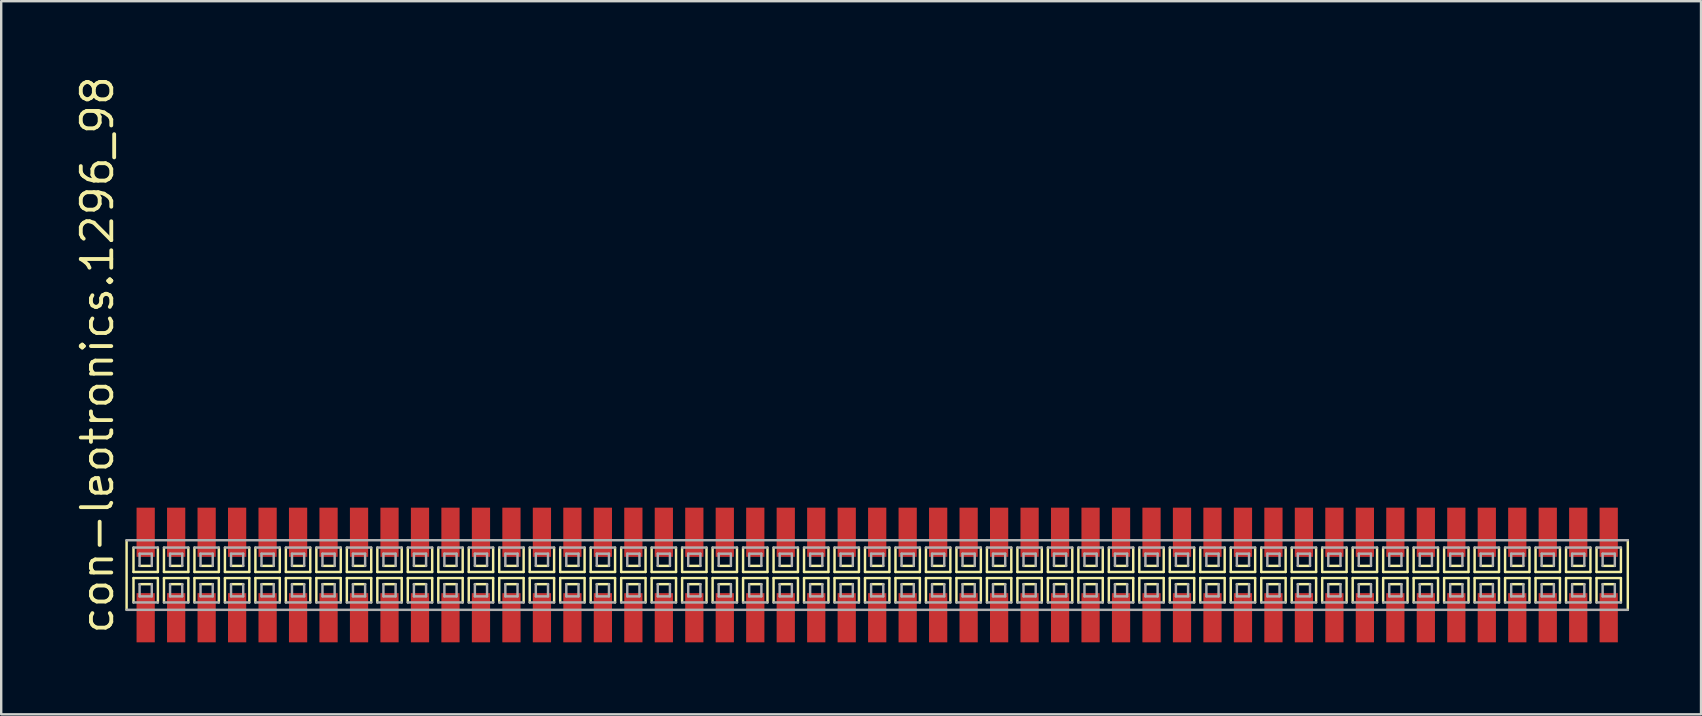
<source format=kicad_pcb>
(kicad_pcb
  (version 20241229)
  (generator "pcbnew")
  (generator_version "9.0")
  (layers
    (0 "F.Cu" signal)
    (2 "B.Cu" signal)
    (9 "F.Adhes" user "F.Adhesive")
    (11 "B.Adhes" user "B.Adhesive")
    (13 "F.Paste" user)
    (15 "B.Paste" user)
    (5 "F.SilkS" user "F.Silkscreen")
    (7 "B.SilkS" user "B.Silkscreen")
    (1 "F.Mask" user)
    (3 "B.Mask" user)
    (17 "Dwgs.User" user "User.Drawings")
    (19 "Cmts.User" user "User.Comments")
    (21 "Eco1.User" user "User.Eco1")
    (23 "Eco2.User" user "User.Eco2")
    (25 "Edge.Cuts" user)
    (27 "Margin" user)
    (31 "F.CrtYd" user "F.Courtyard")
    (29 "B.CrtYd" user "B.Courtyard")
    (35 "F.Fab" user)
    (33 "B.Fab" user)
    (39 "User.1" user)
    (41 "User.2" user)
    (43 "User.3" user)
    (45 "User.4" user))
  (footprint "con-leotronics.1296_98"
    (layer "F.Cu")
    (at 33.5 20.909)
    (property "Reference" "con-leotronics.1296_98" (at -31.75 2.54 90) (layer "F.SilkS") (effects (font (size 1.27 1.27) (thickness 0.16)) (justify left bottom)))
    (attr smd)
    (fp_line (start -31.275 -1.45) (end -31.275 1.45) (stroke (width 0.102) (type default)) (layer "F.SilkS"))
    (fp_line (start -30.988 -1.143) (end -30.988 -0.127) (stroke (width 0.102) (type default)) (layer "F.SilkS"))
    (fp_line (start -30.988 -0.127) (end -29.972 -0.127) (stroke (width 0.102) (type default)) (layer "F.SilkS"))
    (fp_line (start -30.988 0.127) (end -30.988 1.143) (stroke (width 0.102) (type default)) (layer "F.SilkS"))
    (fp_line (start -30.734 -0.381) (end -30.226 -0.381) (stroke (width 0.102) (type default)) (layer "F.SilkS"))
    (fp_line (start -30.226 0.381) (end -30.734 0.381) (stroke (width 0.102) (type default)) (layer "F.SilkS"))
    (fp_line (start -29.972 -0.127) (end -29.972 -1.143) (stroke (width 0.102) (type default)) (layer "F.SilkS"))
    (fp_line (start -29.972 0.127) (end -30.988 0.127) (stroke (width 0.102) (type default)) (layer "F.SilkS"))
    (fp_line (start -29.972 1.143) (end -29.972 0.127) (stroke (width 0.102) (type default)) (layer "F.SilkS"))
    (fp_line (start -29.718 -1.143) (end -29.718 -0.127) (stroke (width 0.102) (type default)) (layer "F.SilkS"))
    (fp_line (start -29.718 -0.127) (end -28.702 -0.127) (stroke (width 0.102) (type default)) (layer "F.SilkS"))
    (fp_line (start -29.718 0.127) (end -29.718 1.143) (stroke (width 0.102) (type default)) (layer "F.SilkS"))
    (fp_line (start -29.464 -0.381) (end -28.956 -0.381) (stroke (width 0.102) (type default)) (layer "F.SilkS"))
    (fp_line (start -28.956 0.381) (end -29.464 0.381) (stroke (width 0.102) (type default)) (layer "F.SilkS"))
    (fp_line (start -28.702 -0.127) (end -28.702 -1.143) (stroke (width 0.102) (type default)) (layer "F.SilkS"))
    (fp_line (start -28.702 0.127) (end -29.718 0.127) (stroke (width 0.102) (type default)) (layer "F.SilkS"))
    (fp_line (start -28.702 1.143) (end -28.702 0.127) (stroke (width 0.102) (type default)) (layer "F.SilkS"))
    (fp_line (start -28.448 -1.143) (end -28.448 -0.127) (stroke (width 0.102) (type default)) (layer "F.SilkS"))
    (fp_line (start -28.448 -0.127) (end -27.432 -0.127) (stroke (width 0.102) (type default)) (layer "F.SilkS"))
    (fp_line (start -28.448 0.127) (end -28.448 1.143) (stroke (width 0.102) (type default)) (layer "F.SilkS"))
    (fp_line (start -28.194 -0.381) (end -27.686 -0.381) (stroke (width 0.102) (type default)) (layer "F.SilkS"))
    (fp_line (start -27.686 0.381) (end -28.194 0.381) (stroke (width 0.102) (type default)) (layer "F.SilkS"))
    (fp_line (start -27.432 -0.127) (end -27.432 -1.143) (stroke (width 0.102) (type default)) (layer "F.SilkS"))
    (fp_line (start -27.432 0.127) (end -28.448 0.127) (stroke (width 0.102) (type default)) (layer "F.SilkS"))
    (fp_line (start -27.432 1.143) (end -27.432 0.127) (stroke (width 0.102) (type default)) (layer "F.SilkS"))
    (fp_line (start -27.178 -1.143) (end -27.178 -0.127) (stroke (width 0.102) (type default)) (layer "F.SilkS"))
    (fp_line (start -27.178 -0.127) (end -26.162 -0.127) (stroke (width 0.102) (type default)) (layer "F.SilkS"))
    (fp_line (start -27.178 0.127) (end -27.178 1.143) (stroke (width 0.102) (type default)) (layer "F.SilkS"))
    (fp_line (start -26.924 -0.381) (end -26.416 -0.381) (stroke (width 0.102) (type default)) (layer "F.SilkS"))
    (fp_line (start -26.416 0.381) (end -26.924 0.381) (stroke (width 0.102) (type default)) (layer "F.SilkS"))
    (fp_line (start -26.162 -0.127) (end -26.162 -1.143) (stroke (width 0.102) (type default)) (layer "F.SilkS"))
    (fp_line (start -26.162 0.127) (end -27.178 0.127) (stroke (width 0.102) (type default)) (layer "F.SilkS"))
    (fp_line (start -26.162 1.143) (end -26.162 0.127) (stroke (width 0.102) (type default)) (layer "F.SilkS"))
    (fp_line (start -25.908 -1.143) (end -25.908 -0.127) (stroke (width 0.102) (type default)) (layer "F.SilkS"))
    (fp_line (start -25.908 -0.127) (end -24.892 -0.127) (stroke (width 0.102) (type default)) (layer "F.SilkS"))
    (fp_line (start -25.908 0.127) (end -25.908 1.143) (stroke (width 0.102) (type default)) (layer "F.SilkS"))
    (fp_line (start -25.654 -0.381) (end -25.146 -0.381) (stroke (width 0.102) (type default)) (layer "F.SilkS"))
    (fp_line (start -25.146 0.381) (end -25.654 0.381) (stroke (width 0.102) (type default)) (layer "F.SilkS"))
    (fp_line (start -24.892 -0.127) (end -24.892 -1.143) (stroke (width 0.102) (type default)) (layer "F.SilkS"))
    (fp_line (start -24.892 0.127) (end -25.908 0.127) (stroke (width 0.102) (type default)) (layer "F.SilkS"))
    (fp_line (start -24.892 1.143) (end -24.892 0.127) (stroke (width 0.102) (type default)) (layer "F.SilkS"))
    (fp_line (start -24.638 -1.143) (end -24.638 -0.127) (stroke (width 0.102) (type default)) (layer "F.SilkS"))
    (fp_line (start -24.638 -0.127) (end -23.622 -0.127) (stroke (width 0.102) (type default)) (layer "F.SilkS"))
    (fp_line (start -24.638 0.127) (end -24.638 1.143) (stroke (width 0.102) (type default)) (layer "F.SilkS"))
    (fp_line (start -24.384 -0.381) (end -23.876 -0.381) (stroke (width 0.102) (type default)) (layer "F.SilkS"))
    (fp_line (start -23.876 0.381) (end -24.384 0.381) (stroke (width 0.102) (type default)) (layer "F.SilkS"))
    (fp_line (start -23.622 -0.127) (end -23.622 -1.143) (stroke (width 0.102) (type default)) (layer "F.SilkS"))
    (fp_line (start -23.622 0.127) (end -24.638 0.127) (stroke (width 0.102) (type default)) (layer "F.SilkS"))
    (fp_line (start -23.622 1.143) (end -23.622 0.127) (stroke (width 0.102) (type default)) (layer "F.SilkS"))
    (fp_line (start -23.368 -1.143) (end -23.368 -0.127) (stroke (width 0.102) (type default)) (layer "F.SilkS"))
    (fp_line (start -23.368 -0.127) (end -22.352 -0.127) (stroke (width 0.102) (type default)) (layer "F.SilkS"))
    (fp_line (start -23.368 0.127) (end -23.368 1.143) (stroke (width 0.102) (type default)) (layer "F.SilkS"))
    (fp_line (start -23.114 -0.381) (end -22.606 -0.381) (stroke (width 0.102) (type default)) (layer "F.SilkS"))
    (fp_line (start -22.606 0.381) (end -23.114 0.381) (stroke (width 0.102) (type default)) (layer "F.SilkS"))
    (fp_line (start -22.352 -0.127) (end -22.352 -1.143) (stroke (width 0.102) (type default)) (layer "F.SilkS"))
    (fp_line (start -22.352 0.127) (end -23.368 0.127) (stroke (width 0.102) (type default)) (layer "F.SilkS"))
    (fp_line (start -22.352 1.143) (end -22.352 0.127) (stroke (width 0.102) (type default)) (layer "F.SilkS"))
    (fp_line (start -22.098 -1.143) (end -22.098 -0.127) (stroke (width 0.102) (type default)) (layer "F.SilkS"))
    (fp_line (start -22.098 -0.127) (end -21.082 -0.127) (stroke (width 0.102) (type default)) (layer "F.SilkS"))
    (fp_line (start -22.098 0.127) (end -22.098 1.143) (stroke (width 0.102) (type default)) (layer "F.SilkS"))
    (fp_line (start -21.844 -0.381) (end -21.336 -0.381) (stroke (width 0.102) (type default)) (layer "F.SilkS"))
    (fp_line (start -21.336 0.381) (end -21.844 0.381) (stroke (width 0.102) (type default)) (layer "F.SilkS"))
    (fp_line (start -21.082 -0.127) (end -21.082 -1.143) (stroke (width 0.102) (type default)) (layer "F.SilkS"))
    (fp_line (start -21.082 0.127) (end -22.098 0.127) (stroke (width 0.102) (type default)) (layer "F.SilkS"))
    (fp_line (start -21.082 1.143) (end -21.082 0.127) (stroke (width 0.102) (type default)) (layer "F.SilkS"))
    (fp_line (start -20.828 -1.143) (end -20.828 -0.127) (stroke (width 0.102) (type default)) (layer "F.SilkS"))
    (fp_line (start -20.828 -0.127) (end -19.812 -0.127) (stroke (width 0.102) (type default)) (layer "F.SilkS"))
    (fp_line (start -20.828 0.127) (end -20.828 1.143) (stroke (width 0.102) (type default)) (layer "F.SilkS"))
    (fp_line (start -20.574 -0.381) (end -20.066 -0.381) (stroke (width 0.102) (type default)) (layer "F.SilkS"))
    (fp_line (start -20.066 0.381) (end -20.574 0.381) (stroke (width 0.102) (type default)) (layer "F.SilkS"))
    (fp_line (start -19.812 -0.127) (end -19.812 -1.143) (stroke (width 0.102) (type default)) (layer "F.SilkS"))
    (fp_line (start -19.812 0.127) (end -20.828 0.127) (stroke (width 0.102) (type default)) (layer "F.SilkS"))
    (fp_line (start -19.812 1.143) (end -19.812 0.127) (stroke (width 0.102) (type default)) (layer "F.SilkS"))
    (fp_line (start -19.558 -1.143) (end -19.558 -0.127) (stroke (width 0.102) (type default)) (layer "F.SilkS"))
    (fp_line (start -19.558 -0.127) (end -18.542 -0.127) (stroke (width 0.102) (type default)) (layer "F.SilkS"))
    (fp_line (start -19.558 0.127) (end -19.558 1.143) (stroke (width 0.102) (type default)) (layer "F.SilkS"))
    (fp_line (start -19.304 -0.381) (end -18.796 -0.381) (stroke (width 0.102) (type default)) (layer "F.SilkS"))
    (fp_line (start -18.796 0.381) (end -19.304 0.381) (stroke (width 0.102) (type default)) (layer "F.SilkS"))
    (fp_line (start -18.542 -0.127) (end -18.542 -1.143) (stroke (width 0.102) (type default)) (layer "F.SilkS"))
    (fp_line (start -18.542 0.127) (end -19.558 0.127) (stroke (width 0.102) (type default)) (layer "F.SilkS"))
    (fp_line (start -18.542 1.143) (end -18.542 0.127) (stroke (width 0.102) (type default)) (layer "F.SilkS"))
    (fp_line (start -18.288 -1.143) (end -18.288 -0.127) (stroke (width 0.102) (type default)) (layer "F.SilkS"))
    (fp_line (start -18.288 -0.127) (end -17.272 -0.127) (stroke (width 0.102) (type default)) (layer "F.SilkS"))
    (fp_line (start -18.288 0.127) (end -18.288 1.143) (stroke (width 0.102) (type default)) (layer "F.SilkS"))
    (fp_line (start -18.034 -0.381) (end -17.526 -0.381) (stroke (width 0.102) (type default)) (layer "F.SilkS"))
    (fp_line (start -17.526 0.381) (end -18.034 0.381) (stroke (width 0.102) (type default)) (layer "F.SilkS"))
    (fp_line (start -17.272 -0.127) (end -17.272 -1.143) (stroke (width 0.102) (type default)) (layer "F.SilkS"))
    (fp_line (start -17.272 0.127) (end -18.288 0.127) (stroke (width 0.102) (type default)) (layer "F.SilkS"))
    (fp_line (start -17.272 1.143) (end -17.272 0.127) (stroke (width 0.102) (type default)) (layer "F.SilkS"))
    (fp_line (start -17.018 -1.143) (end -17.018 -0.127) (stroke (width 0.102) (type default)) (layer "F.SilkS"))
    (fp_line (start -17.018 -0.127) (end -16.002 -0.127) (stroke (width 0.102) (type default)) (layer "F.SilkS"))
    (fp_line (start -17.018 0.127) (end -17.018 1.143) (stroke (width 0.102) (type default)) (layer "F.SilkS"))
    (fp_line (start -16.764 -0.381) (end -16.256 -0.381) (stroke (width 0.102) (type default)) (layer "F.SilkS"))
    (fp_line (start -16.256 0.381) (end -16.764 0.381) (stroke (width 0.102) (type default)) (layer "F.SilkS"))
    (fp_line (start -16.002 -0.127) (end -16.002 -1.143) (stroke (width 0.102) (type default)) (layer "F.SilkS"))
    (fp_line (start -16.002 0.127) (end -17.018 0.127) (stroke (width 0.102) (type default)) (layer "F.SilkS"))
    (fp_line (start -16.002 1.143) (end -16.002 0.127) (stroke (width 0.102) (type default)) (layer "F.SilkS"))
    (fp_line (start -15.748 -1.143) (end -15.748 -0.127) (stroke (width 0.102) (type default)) (layer "F.SilkS"))
    (fp_line (start -15.748 -0.127) (end -14.732 -0.127) (stroke (width 0.102) (type default)) (layer "F.SilkS"))
    (fp_line (start -15.748 0.127) (end -15.748 1.143) (stroke (width 0.102) (type default)) (layer "F.SilkS"))
    (fp_line (start -15.494 -0.381) (end -14.986 -0.381) (stroke (width 0.102) (type default)) (layer "F.SilkS"))
    (fp_line (start -14.986 0.381) (end -15.494 0.381) (stroke (width 0.102) (type default)) (layer "F.SilkS"))
    (fp_line (start -14.732 -0.127) (end -14.732 -1.143) (stroke (width 0.102) (type default)) (layer "F.SilkS"))
    (fp_line (start -14.732 0.127) (end -15.748 0.127) (stroke (width 0.102) (type default)) (layer "F.SilkS"))
    (fp_line (start -14.732 1.143) (end -14.732 0.127) (stroke (width 0.102) (type default)) (layer "F.SilkS"))
    (fp_line (start -14.478 -1.143) (end -14.478 -0.127) (stroke (width 0.102) (type default)) (layer "F.SilkS"))
    (fp_line (start -14.478 -0.127) (end -13.462 -0.127) (stroke (width 0.102) (type default)) (layer "F.SilkS"))
    (fp_line (start -14.478 0.127) (end -14.478 1.143) (stroke (width 0.102) (type default)) (layer "F.SilkS"))
    (fp_line (start -14.224 -0.381) (end -13.716 -0.381) (stroke (width 0.102) (type default)) (layer "F.SilkS"))
    (fp_line (start -13.716 0.381) (end -14.224 0.381) (stroke (width 0.102) (type default)) (layer "F.SilkS"))
    (fp_line (start -13.462 -0.127) (end -13.462 -1.143) (stroke (width 0.102) (type default)) (layer "F.SilkS"))
    (fp_line (start -13.462 0.127) (end -14.478 0.127) (stroke (width 0.102) (type default)) (layer "F.SilkS"))
    (fp_line (start -13.462 1.143) (end -13.462 0.127) (stroke (width 0.102) (type default)) (layer "F.SilkS"))
    (fp_line (start -13.208 -1.143) (end -13.208 -0.127) (stroke (width 0.102) (type default)) (layer "F.SilkS"))
    (fp_line (start -13.208 -0.127) (end -12.192 -0.127) (stroke (width 0.102) (type default)) (layer "F.SilkS"))
    (fp_line (start -13.208 0.127) (end -13.208 1.143) (stroke (width 0.102) (type default)) (layer "F.SilkS"))
    (fp_line (start -12.954 -0.381) (end -12.446 -0.381) (stroke (width 0.102) (type default)) (layer "F.SilkS"))
    (fp_line (start -12.446 0.381) (end -12.954 0.381) (stroke (width 0.102) (type default)) (layer "F.SilkS"))
    (fp_line (start -12.192 -0.127) (end -12.192 -1.143) (stroke (width 0.102) (type default)) (layer "F.SilkS"))
    (fp_line (start -12.192 0.127) (end -13.208 0.127) (stroke (width 0.102) (type default)) (layer "F.SilkS"))
    (fp_line (start -12.192 1.143) (end -12.192 0.127) (stroke (width 0.102) (type default)) (layer "F.SilkS"))
    (fp_line (start -11.938 -1.143) (end -11.938 -0.127) (stroke (width 0.102) (type default)) (layer "F.SilkS"))
    (fp_line (start -11.938 -0.127) (end -10.922 -0.127) (stroke (width 0.102) (type default)) (layer "F.SilkS"))
    (fp_line (start -11.938 0.127) (end -11.938 1.143) (stroke (width 0.102) (type default)) (layer "F.SilkS"))
    (fp_line (start -11.684 -0.381) (end -11.176 -0.381) (stroke (width 0.102) (type default)) (layer "F.SilkS"))
    (fp_line (start -11.176 0.381) (end -11.684 0.381) (stroke (width 0.102) (type default)) (layer "F.SilkS"))
    (fp_line (start -10.922 -0.127) (end -10.922 -1.143) (stroke (width 0.102) (type default)) (layer "F.SilkS"))
    (fp_line (start -10.922 0.127) (end -11.938 0.127) (stroke (width 0.102) (type default)) (layer "F.SilkS"))
    (fp_line (start -10.922 1.143) (end -10.922 0.127) (stroke (width 0.102) (type default)) (layer "F.SilkS"))
    (fp_line (start -10.668 -1.143) (end -10.668 -0.127) (stroke (width 0.102) (type default)) (layer "F.SilkS"))
    (fp_line (start -10.668 -0.127) (end -9.652 -0.127) (stroke (width 0.102) (type default)) (layer "F.SilkS"))
    (fp_line (start -10.668 0.127) (end -10.668 1.143) (stroke (width 0.102) (type default)) (layer "F.SilkS"))
    (fp_line (start -10.414 -0.381) (end -9.906 -0.381) (stroke (width 0.102) (type default)) (layer "F.SilkS"))
    (fp_line (start -9.906 0.381) (end -10.414 0.381) (stroke (width 0.102) (type default)) (layer "F.SilkS"))
    (fp_line (start -9.652 -0.127) (end -9.652 -1.143) (stroke (width 0.102) (type default)) (layer "F.SilkS"))
    (fp_line (start -9.652 0.127) (end -10.668 0.127) (stroke (width 0.102) (type default)) (layer "F.SilkS"))
    (fp_line (start -9.652 1.143) (end -9.652 0.127) (stroke (width 0.102) (type default)) (layer "F.SilkS"))
    (fp_line (start -9.398 -1.143) (end -9.398 -0.127) (stroke (width 0.102) (type default)) (layer "F.SilkS"))
    (fp_line (start -9.398 -0.127) (end -8.382 -0.127) (stroke (width 0.102) (type default)) (layer "F.SilkS"))
    (fp_line (start -9.398 0.127) (end -9.398 1.143) (stroke (width 0.102) (type default)) (layer "F.SilkS"))
    (fp_line (start -9.144 -0.381) (end -8.636 -0.381) (stroke (width 0.102) (type default)) (layer "F.SilkS"))
    (fp_line (start -8.636 0.381) (end -9.144 0.381) (stroke (width 0.102) (type default)) (layer "F.SilkS"))
    (fp_line (start -8.382 -0.127) (end -8.382 -1.143) (stroke (width 0.102) (type default)) (layer "F.SilkS"))
    (fp_line (start -8.382 0.127) (end -9.398 0.127) (stroke (width 0.102) (type default)) (layer "F.SilkS"))
    (fp_line (start -8.382 1.143) (end -8.382 0.127) (stroke (width 0.102) (type default)) (layer "F.SilkS"))
    (fp_line (start -8.128 -1.143) (end -8.128 -0.127) (stroke (width 0.102) (type default)) (layer "F.SilkS"))
    (fp_line (start -8.128 -0.127) (end -7.112 -0.127) (stroke (width 0.102) (type default)) (layer "F.SilkS"))
    (fp_line (start -8.128 0.127) (end -8.128 1.143) (stroke (width 0.102) (type default)) (layer "F.SilkS"))
    (fp_line (start -7.874 -0.381) (end -7.366 -0.381) (stroke (width 0.102) (type default)) (layer "F.SilkS"))
    (fp_line (start -7.366 0.381) (end -7.874 0.381) (stroke (width 0.102) (type default)) (layer "F.SilkS"))
    (fp_line (start -7.112 -0.127) (end -7.112 -1.143) (stroke (width 0.102) (type default)) (layer "F.SilkS"))
    (fp_line (start -7.112 0.127) (end -8.128 0.127) (stroke (width 0.102) (type default)) (layer "F.SilkS"))
    (fp_line (start -7.112 1.143) (end -7.112 0.127) (stroke (width 0.102) (type default)) (layer "F.SilkS"))
    (fp_line (start -6.858 -1.143) (end -6.858 -0.127) (stroke (width 0.102) (type default)) (layer "F.SilkS"))
    (fp_line (start -6.858 -0.127) (end -5.842 -0.127) (stroke (width 0.102) (type default)) (layer "F.SilkS"))
    (fp_line (start -6.858 0.127) (end -6.858 1.143) (stroke (width 0.102) (type default)) (layer "F.SilkS"))
    (fp_line (start -6.604 -0.381) (end -6.096 -0.381) (stroke (width 0.102) (type default)) (layer "F.SilkS"))
    (fp_line (start -6.096 0.381) (end -6.604 0.381) (stroke (width 0.102) (type default)) (layer "F.SilkS"))
    (fp_line (start -5.842 -0.127) (end -5.842 -1.143) (stroke (width 0.102) (type default)) (layer "F.SilkS"))
    (fp_line (start -5.842 0.127) (end -6.858 0.127) (stroke (width 0.102) (type default)) (layer "F.SilkS"))
    (fp_line (start -5.842 1.143) (end -5.842 0.127) (stroke (width 0.102) (type default)) (layer "F.SilkS"))
    (fp_line (start -5.588 -1.143) (end -5.588 -0.127) (stroke (width 0.102) (type default)) (layer "F.SilkS"))
    (fp_line (start -5.588 -0.127) (end -4.572 -0.127) (stroke (width 0.102) (type default)) (layer "F.SilkS"))
    (fp_line (start -5.588 0.127) (end -5.588 1.143) (stroke (width 0.102) (type default)) (layer "F.SilkS"))
    (fp_line (start -5.334 -0.381) (end -4.826 -0.381) (stroke (width 0.102) (type default)) (layer "F.SilkS"))
    (fp_line (start -4.826 0.381) (end -5.334 0.381) (stroke (width 0.102) (type default)) (layer "F.SilkS"))
    (fp_line (start -4.572 -0.127) (end -4.572 -1.143) (stroke (width 0.102) (type default)) (layer "F.SilkS"))
    (fp_line (start -4.572 0.127) (end -5.588 0.127) (stroke (width 0.102) (type default)) (layer "F.SilkS"))
    (fp_line (start -4.572 1.143) (end -4.572 0.127) (stroke (width 0.102) (type default)) (layer "F.SilkS"))
    (fp_line (start -4.318 -1.143) (end -4.318 -0.127) (stroke (width 0.102) (type default)) (layer "F.SilkS"))
    (fp_line (start -4.318 -0.127) (end -3.302 -0.127) (stroke (width 0.102) (type default)) (layer "F.SilkS"))
    (fp_line (start -4.318 0.127) (end -4.318 1.143) (stroke (width 0.102) (type default)) (layer "F.SilkS"))
    (fp_line (start -4.064 -0.381) (end -3.556 -0.381) (stroke (width 0.102) (type default)) (layer "F.SilkS"))
    (fp_line (start -3.556 0.381) (end -4.064 0.381) (stroke (width 0.102) (type default)) (layer "F.SilkS"))
    (fp_line (start -3.302 -0.127) (end -3.302 -1.143) (stroke (width 0.102) (type default)) (layer "F.SilkS"))
    (fp_line (start -3.302 0.127) (end -4.318 0.127) (stroke (width 0.102) (type default)) (layer "F.SilkS"))
    (fp_line (start -3.302 1.143) (end -3.302 0.127) (stroke (width 0.102) (type default)) (layer "F.SilkS"))
    (fp_line (start -3.048 -1.143) (end -3.048 -0.127) (stroke (width 0.102) (type default)) (layer "F.SilkS"))
    (fp_line (start -3.048 -0.127) (end -2.032 -0.127) (stroke (width 0.102) (type default)) (layer "F.SilkS"))
    (fp_line (start -3.048 0.127) (end -3.048 1.143) (stroke (width 0.102) (type default)) (layer "F.SilkS"))
    (fp_line (start -2.794 -0.381) (end -2.286 -0.381) (stroke (width 0.102) (type default)) (layer "F.SilkS"))
    (fp_line (start -2.286 0.381) (end -2.794 0.381) (stroke (width 0.102) (type default)) (layer "F.SilkS"))
    (fp_line (start -2.032 -0.127) (end -2.032 -1.143) (stroke (width 0.102) (type default)) (layer "F.SilkS"))
    (fp_line (start -2.032 0.127) (end -3.048 0.127) (stroke (width 0.102) (type default)) (layer "F.SilkS"))
    (fp_line (start -2.032 1.143) (end -2.032 0.127) (stroke (width 0.102) (type default)) (layer "F.SilkS"))
    (fp_line (start -1.778 -1.143) (end -1.778 -0.127) (stroke (width 0.102) (type default)) (layer "F.SilkS"))
    (fp_line (start -1.778 -0.127) (end -0.762 -0.127) (stroke (width 0.102) (type default)) (layer "F.SilkS"))
    (fp_line (start -1.778 0.127) (end -1.778 1.143) (stroke (width 0.102) (type default)) (layer "F.SilkS"))
    (fp_line (start -1.524 -0.381) (end -1.016 -0.381) (stroke (width 0.102) (type default)) (layer "F.SilkS"))
    (fp_line (start -1.016 0.381) (end -1.524 0.381) (stroke (width 0.102) (type default)) (layer "F.SilkS"))
    (fp_line (start -0.762 -0.127) (end -0.762 -1.143) (stroke (width 0.102) (type default)) (layer "F.SilkS"))
    (fp_line (start -0.762 0.127) (end -1.778 0.127) (stroke (width 0.102) (type default)) (layer "F.SilkS"))
    (fp_line (start -0.762 1.143) (end -0.762 0.127) (stroke (width 0.102) (type default)) (layer "F.SilkS"))
    (fp_line (start -0.508 -1.143) (end -0.508 -0.127) (stroke (width 0.102) (type default)) (layer "F.SilkS"))
    (fp_line (start -0.508 -0.127) (end 0.508 -0.127) (stroke (width 0.102) (type default)) (layer "F.SilkS"))
    (fp_line (start -0.508 0.127) (end -0.508 1.143) (stroke (width 0.102) (type default)) (layer "F.SilkS"))
    (fp_line (start -0.254 -0.381) (end 0.254 -0.381) (stroke (width 0.102) (type default)) (layer "F.SilkS"))
    (fp_line (start 0.254 0.381) (end -0.254 0.381) (stroke (width 0.102) (type default)) (layer "F.SilkS"))
    (fp_line (start 0.508 -0.127) (end 0.508 -1.143) (stroke (width 0.102) (type default)) (layer "F.SilkS"))
    (fp_line (start 0.508 0.127) (end -0.508 0.127) (stroke (width 0.102) (type default)) (layer "F.SilkS"))
    (fp_line (start 0.508 1.143) (end 0.508 0.127) (stroke (width 0.102) (type default)) (layer "F.SilkS"))
    (fp_line (start 0.762 -1.143) (end 0.762 -0.127) (stroke (width 0.102) (type default)) (layer "F.SilkS"))
    (fp_line (start 0.762 -0.127) (end 1.778 -0.127) (stroke (width 0.102) (type default)) (layer "F.SilkS"))
    (fp_line (start 0.762 0.127) (end 0.762 1.143) (stroke (width 0.102) (type default)) (layer "F.SilkS"))
    (fp_line (start 1.016 -0.381) (end 1.524 -0.381) (stroke (width 0.102) (type default)) (layer "F.SilkS"))
    (fp_line (start 1.524 0.381) (end 1.016 0.381) (stroke (width 0.102) (type default)) (layer "F.SilkS"))
    (fp_line (start 1.778 -0.127) (end 1.778 -1.143) (stroke (width 0.102) (type default)) (layer "F.SilkS"))
    (fp_line (start 1.778 0.127) (end 0.762 0.127) (stroke (width 0.102) (type default)) (layer "F.SilkS"))
    (fp_line (start 1.778 1.143) (end 1.778 0.127) (stroke (width 0.102) (type default)) (layer "F.SilkS"))
    (fp_line (start 2.032 -1.143) (end 2.032 -0.127) (stroke (width 0.102) (type default)) (layer "F.SilkS"))
    (fp_line (start 2.032 -0.127) (end 3.048 -0.127) (stroke (width 0.102) (type default)) (layer "F.SilkS"))
    (fp_line (start 2.032 0.127) (end 2.032 1.143) (stroke (width 0.102) (type default)) (layer "F.SilkS"))
    (fp_line (start 2.286 -0.381) (end 2.794 -0.381) (stroke (width 0.102) (type default)) (layer "F.SilkS"))
    (fp_line (start 2.794 0.381) (end 2.286 0.381) (stroke (width 0.102) (type default)) (layer "F.SilkS"))
    (fp_line (start 3.048 -0.127) (end 3.048 -1.143) (stroke (width 0.102) (type default)) (layer "F.SilkS"))
    (fp_line (start 3.048 0.127) (end 2.032 0.127) (stroke (width 0.102) (type default)) (layer "F.SilkS"))
    (fp_line (start 3.048 1.143) (end 3.048 0.127) (stroke (width 0.102) (type default)) (layer "F.SilkS"))
    (fp_line (start 3.302 -1.143) (end 3.302 -0.127) (stroke (width 0.102) (type default)) (layer "F.SilkS"))
    (fp_line (start 3.302 -0.127) (end 4.318 -0.127) (stroke (width 0.102) (type default)) (layer "F.SilkS"))
    (fp_line (start 3.302 0.127) (end 3.302 1.143) (stroke (width 0.102) (type default)) (layer "F.SilkS"))
    (fp_line (start 3.556 -0.381) (end 4.064 -0.381) (stroke (width 0.102) (type default)) (layer "F.SilkS"))
    (fp_line (start 4.064 0.381) (end 3.556 0.381) (stroke (width 0.102) (type default)) (layer "F.SilkS"))
    (fp_line (start 4.318 -0.127) (end 4.318 -1.143) (stroke (width 0.102) (type default)) (layer "F.SilkS"))
    (fp_line (start 4.318 0.127) (end 3.302 0.127) (stroke (width 0.102) (type default)) (layer "F.SilkS"))
    (fp_line (start 4.318 1.143) (end 4.318 0.127) (stroke (width 0.102) (type default)) (layer "F.SilkS"))
    (fp_line (start 4.572 -1.143) (end 4.572 -0.127) (stroke (width 0.102) (type default)) (layer "F.SilkS"))
    (fp_line (start 4.572 -0.127) (end 5.588 -0.127) (stroke (width 0.102) (type default)) (layer "F.SilkS"))
    (fp_line (start 4.572 0.127) (end 4.572 1.143) (stroke (width 0.102) (type default)) (layer "F.SilkS"))
    (fp_line (start 4.826 -0.381) (end 5.334 -0.381) (stroke (width 0.102) (type default)) (layer "F.SilkS"))
    (fp_line (start 5.334 0.381) (end 4.826 0.381) (stroke (width 0.102) (type default)) (layer "F.SilkS"))
    (fp_line (start 5.588 -0.127) (end 5.588 -1.143) (stroke (width 0.102) (type default)) (layer "F.SilkS"))
    (fp_line (start 5.588 0.127) (end 4.572 0.127) (stroke (width 0.102) (type default)) (layer "F.SilkS"))
    (fp_line (start 5.588 1.143) (end 5.588 0.127) (stroke (width 0.102) (type default)) (layer "F.SilkS"))
    (fp_line (start 5.842 -1.143) (end 5.842 -0.127) (stroke (width 0.102) (type default)) (layer "F.SilkS"))
    (fp_line (start 5.842 -0.127) (end 6.858 -0.127) (stroke (width 0.102) (type default)) (layer "F.SilkS"))
    (fp_line (start 5.842 0.127) (end 5.842 1.143) (stroke (width 0.102) (type default)) (layer "F.SilkS"))
    (fp_line (start 6.096 -0.381) (end 6.604 -0.381) (stroke (width 0.102) (type default)) (layer "F.SilkS"))
    (fp_line (start 6.604 0.381) (end 6.096 0.381) (stroke (width 0.102) (type default)) (layer "F.SilkS"))
    (fp_line (start 6.858 -0.127) (end 6.858 -1.143) (stroke (width 0.102) (type default)) (layer "F.SilkS"))
    (fp_line (start 6.858 0.127) (end 5.842 0.127) (stroke (width 0.102) (type default)) (layer "F.SilkS"))
    (fp_line (start 6.858 1.143) (end 6.858 0.127) (stroke (width 0.102) (type default)) (layer "F.SilkS"))
    (fp_line (start 7.112 -1.143) (end 7.112 -0.127) (stroke (width 0.102) (type default)) (layer "F.SilkS"))
    (fp_line (start 7.112 -0.127) (end 8.128 -0.127) (stroke (width 0.102) (type default)) (layer "F.SilkS"))
    (fp_line (start 7.112 0.127) (end 7.112 1.143) (stroke (width 0.102) (type default)) (layer "F.SilkS"))
    (fp_line (start 7.366 -0.381) (end 7.874 -0.381) (stroke (width 0.102) (type default)) (layer "F.SilkS"))
    (fp_line (start 7.874 0.381) (end 7.366 0.381) (stroke (width 0.102) (type default)) (layer "F.SilkS"))
    (fp_line (start 8.128 -0.127) (end 8.128 -1.143) (stroke (width 0.102) (type default)) (layer "F.SilkS"))
    (fp_line (start 8.128 0.127) (end 7.112 0.127) (stroke (width 0.102) (type default)) (layer "F.SilkS"))
    (fp_line (start 8.128 1.143) (end 8.128 0.127) (stroke (width 0.102) (type default)) (layer "F.SilkS"))
    (fp_line (start 8.382 -1.143) (end 8.382 -0.127) (stroke (width 0.102) (type default)) (layer "F.SilkS"))
    (fp_line (start 8.382 -0.127) (end 9.398 -0.127) (stroke (width 0.102) (type default)) (layer "F.SilkS"))
    (fp_line (start 8.382 0.127) (end 8.382 1.143) (stroke (width 0.102) (type default)) (layer "F.SilkS"))
    (fp_line (start 8.636 -0.381) (end 9.144 -0.381) (stroke (width 0.102) (type default)) (layer "F.SilkS"))
    (fp_line (start 9.144 0.381) (end 8.636 0.381) (stroke (width 0.102) (type default)) (layer "F.SilkS"))
    (fp_line (start 9.398 -0.127) (end 9.398 -1.143) (stroke (width 0.102) (type default)) (layer "F.SilkS"))
    (fp_line (start 9.398 0.127) (end 8.382 0.127) (stroke (width 0.102) (type default)) (layer "F.SilkS"))
    (fp_line (start 9.398 1.143) (end 9.398 0.127) (stroke (width 0.102) (type default)) (layer "F.SilkS"))
    (fp_line (start 9.652 -1.143) (end 9.652 -0.127) (stroke (width 0.102) (type default)) (layer "F.SilkS"))
    (fp_line (start 9.652 -0.127) (end 10.668 -0.127) (stroke (width 0.102) (type default)) (layer "F.SilkS"))
    (fp_line (start 9.652 0.127) (end 9.652 1.143) (stroke (width 0.102) (type default)) (layer "F.SilkS"))
    (fp_line (start 9.906 -0.381) (end 10.414 -0.381) (stroke (width 0.102) (type default)) (layer "F.SilkS"))
    (fp_line (start 10.414 0.381) (end 9.906 0.381) (stroke (width 0.102) (type default)) (layer "F.SilkS"))
    (fp_line (start 10.668 -0.127) (end 10.668 -1.143) (stroke (width 0.102) (type default)) (layer "F.SilkS"))
    (fp_line (start 10.668 0.127) (end 9.652 0.127) (stroke (width 0.102) (type default)) (layer "F.SilkS"))
    (fp_line (start 10.668 1.143) (end 10.668 0.127) (stroke (width 0.102) (type default)) (layer "F.SilkS"))
    (fp_line (start 10.922 -1.143) (end 10.922 -0.127) (stroke (width 0.102) (type default)) (layer "F.SilkS"))
    (fp_line (start 10.922 -0.127) (end 11.938 -0.127) (stroke (width 0.102) (type default)) (layer "F.SilkS"))
    (fp_line (start 10.922 0.127) (end 10.922 1.143) (stroke (width 0.102) (type default)) (layer "F.SilkS"))
    (fp_line (start 11.176 -0.381) (end 11.684 -0.381) (stroke (width 0.102) (type default)) (layer "F.SilkS"))
    (fp_line (start 11.684 0.381) (end 11.176 0.381) (stroke (width 0.102) (type default)) (layer "F.SilkS"))
    (fp_line (start 11.938 -0.127) (end 11.938 -1.143) (stroke (width 0.102) (type default)) (layer "F.SilkS"))
    (fp_line (start 11.938 0.127) (end 10.922 0.127) (stroke (width 0.102) (type default)) (layer "F.SilkS"))
    (fp_line (start 11.938 1.143) (end 11.938 0.127) (stroke (width 0.102) (type default)) (layer "F.SilkS"))
    (fp_line (start 12.192 -1.143) (end 12.192 -0.127) (stroke (width 0.102) (type default)) (layer "F.SilkS"))
    (fp_line (start 12.192 -0.127) (end 13.208 -0.127) (stroke (width 0.102) (type default)) (layer "F.SilkS"))
    (fp_line (start 12.192 0.127) (end 12.192 1.143) (stroke (width 0.102) (type default)) (layer "F.SilkS"))
    (fp_line (start 12.446 -0.381) (end 12.954 -0.381) (stroke (width 0.102) (type default)) (layer "F.SilkS"))
    (fp_line (start 12.954 0.381) (end 12.446 0.381) (stroke (width 0.102) (type default)) (layer "F.SilkS"))
    (fp_line (start 13.208 -0.127) (end 13.208 -1.143) (stroke (width 0.102) (type default)) (layer "F.SilkS"))
    (fp_line (start 13.208 0.127) (end 12.192 0.127) (stroke (width 0.102) (type default)) (layer "F.SilkS"))
    (fp_line (start 13.208 1.143) (end 13.208 0.127) (stroke (width 0.102) (type default)) (layer "F.SilkS"))
    (fp_line (start 13.462 -1.143) (end 13.462 -0.127) (stroke (width 0.102) (type default)) (layer "F.SilkS"))
    (fp_line (start 13.462 -0.127) (end 14.478 -0.127) (stroke (width 0.102) (type default)) (layer "F.SilkS"))
    (fp_line (start 13.462 0.127) (end 13.462 1.143) (stroke (width 0.102) (type default)) (layer "F.SilkS"))
    (fp_line (start 13.716 -0.381) (end 14.224 -0.381) (stroke (width 0.102) (type default)) (layer "F.SilkS"))
    (fp_line (start 14.224 0.381) (end 13.716 0.381) (stroke (width 0.102) (type default)) (layer "F.SilkS"))
    (fp_line (start 14.478 -0.127) (end 14.478 -1.143) (stroke (width 0.102) (type default)) (layer "F.SilkS"))
    (fp_line (start 14.478 0.127) (end 13.462 0.127) (stroke (width 0.102) (type default)) (layer "F.SilkS"))
    (fp_line (start 14.478 1.143) (end 14.478 0.127) (stroke (width 0.102) (type default)) (layer "F.SilkS"))
    (fp_line (start 14.732 -1.143) (end 14.732 -0.127) (stroke (width 0.102) (type default)) (layer "F.SilkS"))
    (fp_line (start 14.732 -0.127) (end 15.748 -0.127) (stroke (width 0.102) (type default)) (layer "F.SilkS"))
    (fp_line (start 14.732 0.127) (end 14.732 1.143) (stroke (width 0.102) (type default)) (layer "F.SilkS"))
    (fp_line (start 14.986 -0.381) (end 15.494 -0.381) (stroke (width 0.102) (type default)) (layer "F.SilkS"))
    (fp_line (start 15.494 0.381) (end 14.986 0.381) (stroke (width 0.102) (type default)) (layer "F.SilkS"))
    (fp_line (start 15.748 -0.127) (end 15.748 -1.143) (stroke (width 0.102) (type default)) (layer "F.SilkS"))
    (fp_line (start 15.748 0.127) (end 14.732 0.127) (stroke (width 0.102) (type default)) (layer "F.SilkS"))
    (fp_line (start 15.748 1.143) (end 15.748 0.127) (stroke (width 0.102) (type default)) (layer "F.SilkS"))
    (fp_line (start 16.002 -1.143) (end 16.002 -0.127) (stroke (width 0.102) (type default)) (layer "F.SilkS"))
    (fp_line (start 16.002 -0.127) (end 17.018 -0.127) (stroke (width 0.102) (type default)) (layer "F.SilkS"))
    (fp_line (start 16.002 0.127) (end 16.002 1.143) (stroke (width 0.102) (type default)) (layer "F.SilkS"))
    (fp_line (start 16.256 -0.381) (end 16.764 -0.381) (stroke (width 0.102) (type default)) (layer "F.SilkS"))
    (fp_line (start 16.764 0.381) (end 16.256 0.381) (stroke (width 0.102) (type default)) (layer "F.SilkS"))
    (fp_line (start 17.018 -0.127) (end 17.018 -1.143) (stroke (width 0.102) (type default)) (layer "F.SilkS"))
    (fp_line (start 17.018 0.127) (end 16.002 0.127) (stroke (width 0.102) (type default)) (layer "F.SilkS"))
    (fp_line (start 17.018 1.143) (end 17.018 0.127) (stroke (width 0.102) (type default)) (layer "F.SilkS"))
    (fp_line (start 17.272 -1.143) (end 17.272 -0.127) (stroke (width 0.102) (type default)) (layer "F.SilkS"))
    (fp_line (start 17.272 -0.127) (end 18.288 -0.127) (stroke (width 0.102) (type default)) (layer "F.SilkS"))
    (fp_line (start 17.272 0.127) (end 17.272 1.143) (stroke (width 0.102) (type default)) (layer "F.SilkS"))
    (fp_line (start 17.526 -0.381) (end 18.034 -0.381) (stroke (width 0.102) (type default)) (layer "F.SilkS"))
    (fp_line (start 18.034 0.381) (end 17.526 0.381) (stroke (width 0.102) (type default)) (layer "F.SilkS"))
    (fp_line (start 18.288 -0.127) (end 18.288 -1.143) (stroke (width 0.102) (type default)) (layer "F.SilkS"))
    (fp_line (start 18.288 0.127) (end 17.272 0.127) (stroke (width 0.102) (type default)) (layer "F.SilkS"))
    (fp_line (start 18.288 1.143) (end 18.288 0.127) (stroke (width 0.102) (type default)) (layer "F.SilkS"))
    (fp_line (start 18.542 -1.143) (end 18.542 -0.127) (stroke (width 0.102) (type default)) (layer "F.SilkS"))
    (fp_line (start 18.542 -0.127) (end 19.558 -0.127) (stroke (width 0.102) (type default)) (layer "F.SilkS"))
    (fp_line (start 18.542 0.127) (end 18.542 1.143) (stroke (width 0.102) (type default)) (layer "F.SilkS"))
    (fp_line (start 18.796 -0.381) (end 19.304 -0.381) (stroke (width 0.102) (type default)) (layer "F.SilkS"))
    (fp_line (start 19.304 0.381) (end 18.796 0.381) (stroke (width 0.102) (type default)) (layer "F.SilkS"))
    (fp_line (start 19.558 -0.127) (end 19.558 -1.143) (stroke (width 0.102) (type default)) (layer "F.SilkS"))
    (fp_line (start 19.558 0.127) (end 18.542 0.127) (stroke (width 0.102) (type default)) (layer "F.SilkS"))
    (fp_line (start 19.558 1.143) (end 19.558 0.127) (stroke (width 0.102) (type default)) (layer "F.SilkS"))
    (fp_line (start 19.812 -1.143) (end 19.812 -0.127) (stroke (width 0.102) (type default)) (layer "F.SilkS"))
    (fp_line (start 19.812 -0.127) (end 20.828 -0.127) (stroke (width 0.102) (type default)) (layer "F.SilkS"))
    (fp_line (start 19.812 0.127) (end 19.812 1.143) (stroke (width 0.102) (type default)) (layer "F.SilkS"))
    (fp_line (start 20.066 -0.381) (end 20.574 -0.381) (stroke (width 0.102) (type default)) (layer "F.SilkS"))
    (fp_line (start 20.574 0.381) (end 20.066 0.381) (stroke (width 0.102) (type default)) (layer "F.SilkS"))
    (fp_line (start 20.828 -0.127) (end 20.828 -1.143) (stroke (width 0.102) (type default)) (layer "F.SilkS"))
    (fp_line (start 20.828 0.127) (end 19.812 0.127) (stroke (width 0.102) (type default)) (layer "F.SilkS"))
    (fp_line (start 20.828 1.143) (end 20.828 0.127) (stroke (width 0.102) (type default)) (layer "F.SilkS"))
    (fp_line (start 21.082 -1.143) (end 21.082 -0.127) (stroke (width 0.102) (type default)) (layer "F.SilkS"))
    (fp_line (start 21.082 -0.127) (end 22.098 -0.127) (stroke (width 0.102) (type default)) (layer "F.SilkS"))
    (fp_line (start 21.082 0.127) (end 21.082 1.143) (stroke (width 0.102) (type default)) (layer "F.SilkS"))
    (fp_line (start 21.336 -0.381) (end 21.844 -0.381) (stroke (width 0.102) (type default)) (layer "F.SilkS"))
    (fp_line (start 21.844 0.381) (end 21.336 0.381) (stroke (width 0.102) (type default)) (layer "F.SilkS"))
    (fp_line (start 22.098 -0.127) (end 22.098 -1.143) (stroke (width 0.102) (type default)) (layer "F.SilkS"))
    (fp_line (start 22.098 0.127) (end 21.082 0.127) (stroke (width 0.102) (type default)) (layer "F.SilkS"))
    (fp_line (start 22.098 1.143) (end 22.098 0.127) (stroke (width 0.102) (type default)) (layer "F.SilkS"))
    (fp_line (start 22.352 -1.143) (end 22.352 -0.127) (stroke (width 0.102) (type default)) (layer "F.SilkS"))
    (fp_line (start 22.352 -0.127) (end 23.368 -0.127) (stroke (width 0.102) (type default)) (layer "F.SilkS"))
    (fp_line (start 22.352 0.127) (end 22.352 1.143) (stroke (width 0.102) (type default)) (layer "F.SilkS"))
    (fp_line (start 22.606 -0.381) (end 23.114 -0.381) (stroke (width 0.102) (type default)) (layer "F.SilkS"))
    (fp_line (start 23.114 0.381) (end 22.606 0.381) (stroke (width 0.102) (type default)) (layer "F.SilkS"))
    (fp_line (start 23.368 -0.127) (end 23.368 -1.143) (stroke (width 0.102) (type default)) (layer "F.SilkS"))
    (fp_line (start 23.368 0.127) (end 22.352 0.127) (stroke (width 0.102) (type default)) (layer "F.SilkS"))
    (fp_line (start 23.368 1.143) (end 23.368 0.127) (stroke (width 0.102) (type default)) (layer "F.SilkS"))
    (fp_line (start 23.622 -1.143) (end 23.622 -0.127) (stroke (width 0.102) (type default)) (layer "F.SilkS"))
    (fp_line (start 23.622 -0.127) (end 24.638 -0.127) (stroke (width 0.102) (type default)) (layer "F.SilkS"))
    (fp_line (start 23.622 0.127) (end 23.622 1.143) (stroke (width 0.102) (type default)) (layer "F.SilkS"))
    (fp_line (start 23.876 -0.381) (end 24.384 -0.381) (stroke (width 0.102) (type default)) (layer "F.SilkS"))
    (fp_line (start 24.384 0.381) (end 23.876 0.381) (stroke (width 0.102) (type default)) (layer "F.SilkS"))
    (fp_line (start 24.638 -0.127) (end 24.638 -1.143) (stroke (width 0.102) (type default)) (layer "F.SilkS"))
    (fp_line (start 24.638 0.127) (end 23.622 0.127) (stroke (width 0.102) (type default)) (layer "F.SilkS"))
    (fp_line (start 24.638 1.143) (end 24.638 0.127) (stroke (width 0.102) (type default)) (layer "F.SilkS"))
    (fp_line (start 24.892 -1.143) (end 24.892 -0.127) (stroke (width 0.102) (type default)) (layer "F.SilkS"))
    (fp_line (start 24.892 -0.127) (end 25.908 -0.127) (stroke (width 0.102) (type default)) (layer "F.SilkS"))
    (fp_line (start 24.892 0.127) (end 24.892 1.143) (stroke (width 0.102) (type default)) (layer "F.SilkS"))
    (fp_line (start 25.146 -0.381) (end 25.654 -0.381) (stroke (width 0.102) (type default)) (layer "F.SilkS"))
    (fp_line (start 25.654 0.381) (end 25.146 0.381) (stroke (width 0.102) (type default)) (layer "F.SilkS"))
    (fp_line (start 25.908 -0.127) (end 25.908 -1.143) (stroke (width 0.102) (type default)) (layer "F.SilkS"))
    (fp_line (start 25.908 0.127) (end 24.892 0.127) (stroke (width 0.102) (type default)) (layer "F.SilkS"))
    (fp_line (start 25.908 1.143) (end 25.908 0.127) (stroke (width 0.102) (type default)) (layer "F.SilkS"))
    (fp_line (start 26.162 -1.143) (end 26.162 -0.127) (stroke (width 0.102) (type default)) (layer "F.SilkS"))
    (fp_line (start 26.162 -0.127) (end 27.178 -0.127) (stroke (width 0.102) (type default)) (layer "F.SilkS"))
    (fp_line (start 26.162 0.127) (end 26.162 1.143) (stroke (width 0.102) (type default)) (layer "F.SilkS"))
    (fp_line (start 26.416 -0.381) (end 26.924 -0.381) (stroke (width 0.102) (type default)) (layer "F.SilkS"))
    (fp_line (start 26.924 0.381) (end 26.416 0.381) (stroke (width 0.102) (type default)) (layer "F.SilkS"))
    (fp_line (start 27.178 -0.127) (end 27.178 -1.143) (stroke (width 0.102) (type default)) (layer "F.SilkS"))
    (fp_line (start 27.178 0.127) (end 26.162 0.127) (stroke (width 0.102) (type default)) (layer "F.SilkS"))
    (fp_line (start 27.178 1.143) (end 27.178 0.127) (stroke (width 0.102) (type default)) (layer "F.SilkS"))
    (fp_line (start 27.432 -1.143) (end 27.432 -0.127) (stroke (width 0.102) (type default)) (layer "F.SilkS"))
    (fp_line (start 27.432 -0.127) (end 28.448 -0.127) (stroke (width 0.102) (type default)) (layer "F.SilkS"))
    (fp_line (start 27.432 0.127) (end 27.432 1.143) (stroke (width 0.102) (type default)) (layer "F.SilkS"))
    (fp_line (start 27.686 -0.381) (end 28.194 -0.381) (stroke (width 0.102) (type default)) (layer "F.SilkS"))
    (fp_line (start 28.194 0.381) (end 27.686 0.381) (stroke (width 0.102) (type default)) (layer "F.SilkS"))
    (fp_line (start 28.448 -0.127) (end 28.448 -1.143) (stroke (width 0.102) (type default)) (layer "F.SilkS"))
    (fp_line (start 28.448 0.127) (end 27.432 0.127) (stroke (width 0.102) (type default)) (layer "F.SilkS"))
    (fp_line (start 28.448 1.143) (end 28.448 0.127) (stroke (width 0.102) (type default)) (layer "F.SilkS"))
    (fp_line (start 28.702 -1.143) (end 28.702 -0.127) (stroke (width 0.102) (type default)) (layer "F.SilkS"))
    (fp_line (start 28.702 -0.127) (end 29.718 -0.127) (stroke (width 0.102) (type default)) (layer "F.SilkS"))
    (fp_line (start 28.702 0.127) (end 28.702 1.143) (stroke (width 0.102) (type default)) (layer "F.SilkS"))
    (fp_line (start 28.956 -0.381) (end 29.464 -0.381) (stroke (width 0.102) (type default)) (layer "F.SilkS"))
    (fp_line (start 29.464 0.381) (end 28.956 0.381) (stroke (width 0.102) (type default)) (layer "F.SilkS"))
    (fp_line (start 29.718 -0.127) (end 29.718 -1.143) (stroke (width 0.102) (type default)) (layer "F.SilkS"))
    (fp_line (start 29.718 0.127) (end 28.702 0.127) (stroke (width 0.102) (type default)) (layer "F.SilkS"))
    (fp_line (start 29.718 1.143) (end 29.718 0.127) (stroke (width 0.102) (type default)) (layer "F.SilkS"))
    (fp_line (start 29.972 -1.143) (end 29.972 -0.127) (stroke (width 0.102) (type default)) (layer "F.SilkS"))
    (fp_line (start 29.972 -0.127) (end 30.988 -0.127) (stroke (width 0.102) (type default)) (layer "F.SilkS"))
    (fp_line (start 29.972 0.127) (end 29.972 1.143) (stroke (width 0.102) (type default)) (layer "F.SilkS"))
    (fp_line (start 30.226 -0.381) (end 30.734 -0.381) (stroke (width 0.102) (type default)) (layer "F.SilkS"))
    (fp_line (start 30.734 0.381) (end 30.226 0.381) (stroke (width 0.102) (type default)) (layer "F.SilkS"))
    (fp_line (start 30.988 -0.127) (end 30.988 -1.143) (stroke (width 0.102) (type default)) (layer "F.SilkS"))
    (fp_line (start 30.988 0.127) (end 29.972 0.127) (stroke (width 0.102) (type default)) (layer "F.SilkS"))
    (fp_line (start 30.988 1.143) (end 30.988 0.127) (stroke (width 0.102) (type default)) (layer "F.SilkS"))
    (fp_line (start 31.275 1.45) (end 31.275 -1.45) (stroke (width 0.102) (type default)) (layer "F.SilkS"))
    (fp_line (start -31.275 1.45) (end 31.275 1.45) (stroke (width 0.102) (type default)) (layer "F.Fab"))
    (fp_line (start -30.988 1.143) (end -29.972 1.143) (stroke (width 0.102) (type default)) (layer "F.Fab"))
    (fp_line (start -30.734 -0.889) (end -30.734 -0.381) (stroke (width 0.102) (type default)) (layer "F.Fab"))
    (fp_line (start -30.734 0.381) (end -30.734 0.889) (stroke (width 0.102) (type default)) (layer "F.Fab"))
    (fp_line (start -30.734 0.889) (end -30.226 0.889) (stroke (width 0.102) (type default)) (layer "F.Fab"))
    (fp_line (start -30.226 -0.889) (end -30.734 -0.889) (stroke (width 0.102) (type default)) (layer "F.Fab"))
    (fp_line (start -30.226 -0.381) (end -30.226 -0.889) (stroke (width 0.102) (type default)) (layer "F.Fab"))
    (fp_line (start -30.226 0.889) (end -30.226 0.381) (stroke (width 0.102) (type default)) (layer "F.Fab"))
    (fp_line (start -29.972 -1.143) (end -30.988 -1.143) (stroke (width 0.102) (type default)) (layer "F.Fab"))
    (fp_line (start -29.718 1.143) (end -28.702 1.143) (stroke (width 0.102) (type default)) (layer "F.Fab"))
    (fp_line (start -29.464 -0.889) (end -29.464 -0.381) (stroke (width 0.102) (type default)) (layer "F.Fab"))
    (fp_line (start -29.464 0.381) (end -29.464 0.889) (stroke (width 0.102) (type default)) (layer "F.Fab"))
    (fp_line (start -29.464 0.889) (end -28.956 0.889) (stroke (width 0.102) (type default)) (layer "F.Fab"))
    (fp_line (start -28.956 -0.889) (end -29.464 -0.889) (stroke (width 0.102) (type default)) (layer "F.Fab"))
    (fp_line (start -28.956 -0.381) (end -28.956 -0.889) (stroke (width 0.102) (type default)) (layer "F.Fab"))
    (fp_line (start -28.956 0.889) (end -28.956 0.381) (stroke (width 0.102) (type default)) (layer "F.Fab"))
    (fp_line (start -28.702 -1.143) (end -29.718 -1.143) (stroke (width 0.102) (type default)) (layer "F.Fab"))
    (fp_line (start -28.448 1.143) (end -27.432 1.143) (stroke (width 0.102) (type default)) (layer "F.Fab"))
    (fp_line (start -28.194 -0.889) (end -28.194 -0.381) (stroke (width 0.102) (type default)) (layer "F.Fab"))
    (fp_line (start -28.194 0.381) (end -28.194 0.889) (stroke (width 0.102) (type default)) (layer "F.Fab"))
    (fp_line (start -28.194 0.889) (end -27.686 0.889) (stroke (width 0.102) (type default)) (layer "F.Fab"))
    (fp_line (start -27.686 -0.889) (end -28.194 -0.889) (stroke (width 0.102) (type default)) (layer "F.Fab"))
    (fp_line (start -27.686 -0.381) (end -27.686 -0.889) (stroke (width 0.102) (type default)) (layer "F.Fab"))
    (fp_line (start -27.686 0.889) (end -27.686 0.381) (stroke (width 0.102) (type default)) (layer "F.Fab"))
    (fp_line (start -27.432 -1.143) (end -28.448 -1.143) (stroke (width 0.102) (type default)) (layer "F.Fab"))
    (fp_line (start -27.178 1.143) (end -26.162 1.143) (stroke (width 0.102) (type default)) (layer "F.Fab"))
    (fp_line (start -26.924 -0.889) (end -26.924 -0.381) (stroke (width 0.102) (type default)) (layer "F.Fab"))
    (fp_line (start -26.924 0.381) (end -26.924 0.889) (stroke (width 0.102) (type default)) (layer "F.Fab"))
    (fp_line (start -26.924 0.889) (end -26.416 0.889) (stroke (width 0.102) (type default)) (layer "F.Fab"))
    (fp_line (start -26.416 -0.889) (end -26.924 -0.889) (stroke (width 0.102) (type default)) (layer "F.Fab"))
    (fp_line (start -26.416 -0.381) (end -26.416 -0.889) (stroke (width 0.102) (type default)) (layer "F.Fab"))
    (fp_line (start -26.416 0.889) (end -26.416 0.381) (stroke (width 0.102) (type default)) (layer "F.Fab"))
    (fp_line (start -26.162 -1.143) (end -27.178 -1.143) (stroke (width 0.102) (type default)) (layer "F.Fab"))
    (fp_line (start -25.908 1.143) (end -24.892 1.143) (stroke (width 0.102) (type default)) (layer "F.Fab"))
    (fp_line (start -25.654 -0.889) (end -25.654 -0.381) (stroke (width 0.102) (type default)) (layer "F.Fab"))
    (fp_line (start -25.654 0.381) (end -25.654 0.889) (stroke (width 0.102) (type default)) (layer "F.Fab"))
    (fp_line (start -25.654 0.889) (end -25.146 0.889) (stroke (width 0.102) (type default)) (layer "F.Fab"))
    (fp_line (start -25.146 -0.889) (end -25.654 -0.889) (stroke (width 0.102) (type default)) (layer "F.Fab"))
    (fp_line (start -25.146 -0.381) (end -25.146 -0.889) (stroke (width 0.102) (type default)) (layer "F.Fab"))
    (fp_line (start -25.146 0.889) (end -25.146 0.381) (stroke (width 0.102) (type default)) (layer "F.Fab"))
    (fp_line (start -24.892 -1.143) (end -25.908 -1.143) (stroke (width 0.102) (type default)) (layer "F.Fab"))
    (fp_line (start -24.638 1.143) (end -23.622 1.143) (stroke (width 0.102) (type default)) (layer "F.Fab"))
    (fp_line (start -24.384 -0.889) (end -24.384 -0.381) (stroke (width 0.102) (type default)) (layer "F.Fab"))
    (fp_line (start -24.384 0.381) (end -24.384 0.889) (stroke (width 0.102) (type default)) (layer "F.Fab"))
    (fp_line (start -24.384 0.889) (end -23.876 0.889) (stroke (width 0.102) (type default)) (layer "F.Fab"))
    (fp_line (start -23.876 -0.889) (end -24.384 -0.889) (stroke (width 0.102) (type default)) (layer "F.Fab"))
    (fp_line (start -23.876 -0.381) (end -23.876 -0.889) (stroke (width 0.102) (type default)) (layer "F.Fab"))
    (fp_line (start -23.876 0.889) (end -23.876 0.381) (stroke (width 0.102) (type default)) (layer "F.Fab"))
    (fp_line (start -23.622 -1.143) (end -24.638 -1.143) (stroke (width 0.102) (type default)) (layer "F.Fab"))
    (fp_line (start -23.368 1.143) (end -22.352 1.143) (stroke (width 0.102) (type default)) (layer "F.Fab"))
    (fp_line (start -23.114 -0.889) (end -23.114 -0.381) (stroke (width 0.102) (type default)) (layer "F.Fab"))
    (fp_line (start -23.114 0.381) (end -23.114 0.889) (stroke (width 0.102) (type default)) (layer "F.Fab"))
    (fp_line (start -23.114 0.889) (end -22.606 0.889) (stroke (width 0.102) (type default)) (layer "F.Fab"))
    (fp_line (start -22.606 -0.889) (end -23.114 -0.889) (stroke (width 0.102) (type default)) (layer "F.Fab"))
    (fp_line (start -22.606 -0.381) (end -22.606 -0.889) (stroke (width 0.102) (type default)) (layer "F.Fab"))
    (fp_line (start -22.606 0.889) (end -22.606 0.381) (stroke (width 0.102) (type default)) (layer "F.Fab"))
    (fp_line (start -22.352 -1.143) (end -23.368 -1.143) (stroke (width 0.102) (type default)) (layer "F.Fab"))
    (fp_line (start -22.098 1.143) (end -21.082 1.143) (stroke (width 0.102) (type default)) (layer "F.Fab"))
    (fp_line (start -21.844 -0.889) (end -21.844 -0.381) (stroke (width 0.102) (type default)) (layer "F.Fab"))
    (fp_line (start -21.844 0.381) (end -21.844 0.889) (stroke (width 0.102) (type default)) (layer "F.Fab"))
    (fp_line (start -21.844 0.889) (end -21.336 0.889) (stroke (width 0.102) (type default)) (layer "F.Fab"))
    (fp_line (start -21.336 -0.889) (end -21.844 -0.889) (stroke (width 0.102) (type default)) (layer "F.Fab"))
    (fp_line (start -21.336 -0.381) (end -21.336 -0.889) (stroke (width 0.102) (type default)) (layer "F.Fab"))
    (fp_line (start -21.336 0.889) (end -21.336 0.381) (stroke (width 0.102) (type default)) (layer "F.Fab"))
    (fp_line (start -21.082 -1.143) (end -22.098 -1.143) (stroke (width 0.102) (type default)) (layer "F.Fab"))
    (fp_line (start -20.828 1.143) (end -19.812 1.143) (stroke (width 0.102) (type default)) (layer "F.Fab"))
    (fp_line (start -20.574 -0.889) (end -20.574 -0.381) (stroke (width 0.102) (type default)) (layer "F.Fab"))
    (fp_line (start -20.574 0.381) (end -20.574 0.889) (stroke (width 0.102) (type default)) (layer "F.Fab"))
    (fp_line (start -20.574 0.889) (end -20.066 0.889) (stroke (width 0.102) (type default)) (layer "F.Fab"))
    (fp_line (start -20.066 -0.889) (end -20.574 -0.889) (stroke (width 0.102) (type default)) (layer "F.Fab"))
    (fp_line (start -20.066 -0.381) (end -20.066 -0.889) (stroke (width 0.102) (type default)) (layer "F.Fab"))
    (fp_line (start -20.066 0.889) (end -20.066 0.381) (stroke (width 0.102) (type default)) (layer "F.Fab"))
    (fp_line (start -19.812 -1.143) (end -20.828 -1.143) (stroke (width 0.102) (type default)) (layer "F.Fab"))
    (fp_line (start -19.558 1.143) (end -18.542 1.143) (stroke (width 0.102) (type default)) (layer "F.Fab"))
    (fp_line (start -19.304 -0.889) (end -19.304 -0.381) (stroke (width 0.102) (type default)) (layer "F.Fab"))
    (fp_line (start -19.304 0.381) (end -19.304 0.889) (stroke (width 0.102) (type default)) (layer "F.Fab"))
    (fp_line (start -19.304 0.889) (end -18.796 0.889) (stroke (width 0.102) (type default)) (layer "F.Fab"))
    (fp_line (start -18.796 -0.889) (end -19.304 -0.889) (stroke (width 0.102) (type default)) (layer "F.Fab"))
    (fp_line (start -18.796 -0.381) (end -18.796 -0.889) (stroke (width 0.102) (type default)) (layer "F.Fab"))
    (fp_line (start -18.796 0.889) (end -18.796 0.381) (stroke (width 0.102) (type default)) (layer "F.Fab"))
    (fp_line (start -18.542 -1.143) (end -19.558 -1.143) (stroke (width 0.102) (type default)) (layer "F.Fab"))
    (fp_line (start -18.288 1.143) (end -17.272 1.143) (stroke (width 0.102) (type default)) (layer "F.Fab"))
    (fp_line (start -18.034 -0.889) (end -18.034 -0.381) (stroke (width 0.102) (type default)) (layer "F.Fab"))
    (fp_line (start -18.034 0.381) (end -18.034 0.889) (stroke (width 0.102) (type default)) (layer "F.Fab"))
    (fp_line (start -18.034 0.889) (end -17.526 0.889) (stroke (width 0.102) (type default)) (layer "F.Fab"))
    (fp_line (start -17.526 -0.889) (end -18.034 -0.889) (stroke (width 0.102) (type default)) (layer "F.Fab"))
    (fp_line (start -17.526 -0.381) (end -17.526 -0.889) (stroke (width 0.102) (type default)) (layer "F.Fab"))
    (fp_line (start -17.526 0.889) (end -17.526 0.381) (stroke (width 0.102) (type default)) (layer "F.Fab"))
    (fp_line (start -17.272 -1.143) (end -18.288 -1.143) (stroke (width 0.102) (type default)) (layer "F.Fab"))
    (fp_line (start -17.018 1.143) (end -16.002 1.143) (stroke (width 0.102) (type default)) (layer "F.Fab"))
    (fp_line (start -16.764 -0.889) (end -16.764 -0.381) (stroke (width 0.102) (type default)) (layer "F.Fab"))
    (fp_line (start -16.764 0.381) (end -16.764 0.889) (stroke (width 0.102) (type default)) (layer "F.Fab"))
    (fp_line (start -16.764 0.889) (end -16.256 0.889) (stroke (width 0.102) (type default)) (layer "F.Fab"))
    (fp_line (start -16.256 -0.889) (end -16.764 -0.889) (stroke (width 0.102) (type default)) (layer "F.Fab"))
    (fp_line (start -16.256 -0.381) (end -16.256 -0.889) (stroke (width 0.102) (type default)) (layer "F.Fab"))
    (fp_line (start -16.256 0.889) (end -16.256 0.381) (stroke (width 0.102) (type default)) (layer "F.Fab"))
    (fp_line (start -16.002 -1.143) (end -17.018 -1.143) (stroke (width 0.102) (type default)) (layer "F.Fab"))
    (fp_line (start -15.748 1.143) (end -14.732 1.143) (stroke (width 0.102) (type default)) (layer "F.Fab"))
    (fp_line (start -15.494 -0.889) (end -15.494 -0.381) (stroke (width 0.102) (type default)) (layer "F.Fab"))
    (fp_line (start -15.494 0.381) (end -15.494 0.889) (stroke (width 0.102) (type default)) (layer "F.Fab"))
    (fp_line (start -15.494 0.889) (end -14.986 0.889) (stroke (width 0.102) (type default)) (layer "F.Fab"))
    (fp_line (start -14.986 -0.889) (end -15.494 -0.889) (stroke (width 0.102) (type default)) (layer "F.Fab"))
    (fp_line (start -14.986 -0.381) (end -14.986 -0.889) (stroke (width 0.102) (type default)) (layer "F.Fab"))
    (fp_line (start -14.986 0.889) (end -14.986 0.381) (stroke (width 0.102) (type default)) (layer "F.Fab"))
    (fp_line (start -14.732 -1.143) (end -15.748 -1.143) (stroke (width 0.102) (type default)) (layer "F.Fab"))
    (fp_line (start -14.478 1.143) (end -13.462 1.143) (stroke (width 0.102) (type default)) (layer "F.Fab"))
    (fp_line (start -14.224 -0.889) (end -14.224 -0.381) (stroke (width 0.102) (type default)) (layer "F.Fab"))
    (fp_line (start -14.224 0.381) (end -14.224 0.889) (stroke (width 0.102) (type default)) (layer "F.Fab"))
    (fp_line (start -14.224 0.889) (end -13.716 0.889) (stroke (width 0.102) (type default)) (layer "F.Fab"))
    (fp_line (start -13.716 -0.889) (end -14.224 -0.889) (stroke (width 0.102) (type default)) (layer "F.Fab"))
    (fp_line (start -13.716 -0.381) (end -13.716 -0.889) (stroke (width 0.102) (type default)) (layer "F.Fab"))
    (fp_line (start -13.716 0.889) (end -13.716 0.381) (stroke (width 0.102) (type default)) (layer "F.Fab"))
    (fp_line (start -13.462 -1.143) (end -14.478 -1.143) (stroke (width 0.102) (type default)) (layer "F.Fab"))
    (fp_line (start -13.208 1.143) (end -12.192 1.143) (stroke (width 0.102) (type default)) (layer "F.Fab"))
    (fp_line (start -12.954 -0.889) (end -12.954 -0.381) (stroke (width 0.102) (type default)) (layer "F.Fab"))
    (fp_line (start -12.954 0.381) (end -12.954 0.889) (stroke (width 0.102) (type default)) (layer "F.Fab"))
    (fp_line (start -12.954 0.889) (end -12.446 0.889) (stroke (width 0.102) (type default)) (layer "F.Fab"))
    (fp_line (start -12.446 -0.889) (end -12.954 -0.889) (stroke (width 0.102) (type default)) (layer "F.Fab"))
    (fp_line (start -12.446 -0.381) (end -12.446 -0.889) (stroke (width 0.102) (type default)) (layer "F.Fab"))
    (fp_line (start -12.446 0.889) (end -12.446 0.381) (stroke (width 0.102) (type default)) (layer "F.Fab"))
    (fp_line (start -12.192 -1.143) (end -13.208 -1.143) (stroke (width 0.102) (type default)) (layer "F.Fab"))
    (fp_line (start -11.938 1.143) (end -10.922 1.143) (stroke (width 0.102) (type default)) (layer "F.Fab"))
    (fp_line (start -11.684 -0.889) (end -11.684 -0.381) (stroke (width 0.102) (type default)) (layer "F.Fab"))
    (fp_line (start -11.684 0.381) (end -11.684 0.889) (stroke (width 0.102) (type default)) (layer "F.Fab"))
    (fp_line (start -11.684 0.889) (end -11.176 0.889) (stroke (width 0.102) (type default)) (layer "F.Fab"))
    (fp_line (start -11.176 -0.889) (end -11.684 -0.889) (stroke (width 0.102) (type default)) (layer "F.Fab"))
    (fp_line (start -11.176 -0.381) (end -11.176 -0.889) (stroke (width 0.102) (type default)) (layer "F.Fab"))
    (fp_line (start -11.176 0.889) (end -11.176 0.381) (stroke (width 0.102) (type default)) (layer "F.Fab"))
    (fp_line (start -10.922 -1.143) (end -11.938 -1.143) (stroke (width 0.102) (type default)) (layer "F.Fab"))
    (fp_line (start -10.668 1.143) (end -9.652 1.143) (stroke (width 0.102) (type default)) (layer "F.Fab"))
    (fp_line (start -10.414 -0.889) (end -10.414 -0.381) (stroke (width 0.102) (type default)) (layer "F.Fab"))
    (fp_line (start -10.414 0.381) (end -10.414 0.889) (stroke (width 0.102) (type default)) (layer "F.Fab"))
    (fp_line (start -10.414 0.889) (end -9.906 0.889) (stroke (width 0.102) (type default)) (layer "F.Fab"))
    (fp_line (start -9.906 -0.889) (end -10.414 -0.889) (stroke (width 0.102) (type default)) (layer "F.Fab"))
    (fp_line (start -9.906 -0.381) (end -9.906 -0.889) (stroke (width 0.102) (type default)) (layer "F.Fab"))
    (fp_line (start -9.906 0.889) (end -9.906 0.381) (stroke (width 0.102) (type default)) (layer "F.Fab"))
    (fp_line (start -9.652 -1.143) (end -10.668 -1.143) (stroke (width 0.102) (type default)) (layer "F.Fab"))
    (fp_line (start -9.398 1.143) (end -8.382 1.143) (stroke (width 0.102) (type default)) (layer "F.Fab"))
    (fp_line (start -9.144 -0.889) (end -9.144 -0.381) (stroke (width 0.102) (type default)) (layer "F.Fab"))
    (fp_line (start -9.144 0.381) (end -9.144 0.889) (stroke (width 0.102) (type default)) (layer "F.Fab"))
    (fp_line (start -9.144 0.889) (end -8.636 0.889) (stroke (width 0.102) (type default)) (layer "F.Fab"))
    (fp_line (start -8.636 -0.889) (end -9.144 -0.889) (stroke (width 0.102) (type default)) (layer "F.Fab"))
    (fp_line (start -8.636 -0.381) (end -8.636 -0.889) (stroke (width 0.102) (type default)) (layer "F.Fab"))
    (fp_line (start -8.636 0.889) (end -8.636 0.381) (stroke (width 0.102) (type default)) (layer "F.Fab"))
    (fp_line (start -8.382 -1.143) (end -9.398 -1.143) (stroke (width 0.102) (type default)) (layer "F.Fab"))
    (fp_line (start -8.128 1.143) (end -7.112 1.143) (stroke (width 0.102) (type default)) (layer "F.Fab"))
    (fp_line (start -7.874 -0.889) (end -7.874 -0.381) (stroke (width 0.102) (type default)) (layer "F.Fab"))
    (fp_line (start -7.874 0.381) (end -7.874 0.889) (stroke (width 0.102) (type default)) (layer "F.Fab"))
    (fp_line (start -7.874 0.889) (end -7.366 0.889) (stroke (width 0.102) (type default)) (layer "F.Fab"))
    (fp_line (start -7.366 -0.889) (end -7.874 -0.889) (stroke (width 0.102) (type default)) (layer "F.Fab"))
    (fp_line (start -7.366 -0.381) (end -7.366 -0.889) (stroke (width 0.102) (type default)) (layer "F.Fab"))
    (fp_line (start -7.366 0.889) (end -7.366 0.381) (stroke (width 0.102) (type default)) (layer "F.Fab"))
    (fp_line (start -7.112 -1.143) (end -8.128 -1.143) (stroke (width 0.102) (type default)) (layer "F.Fab"))
    (fp_line (start -6.858 1.143) (end -5.842 1.143) (stroke (width 0.102) (type default)) (layer "F.Fab"))
    (fp_line (start -6.604 -0.889) (end -6.604 -0.381) (stroke (width 0.102) (type default)) (layer "F.Fab"))
    (fp_line (start -6.604 0.381) (end -6.604 0.889) (stroke (width 0.102) (type default)) (layer "F.Fab"))
    (fp_line (start -6.604 0.889) (end -6.096 0.889) (stroke (width 0.102) (type default)) (layer "F.Fab"))
    (fp_line (start -6.096 -0.889) (end -6.604 -0.889) (stroke (width 0.102) (type default)) (layer "F.Fab"))
    (fp_line (start -6.096 -0.381) (end -6.096 -0.889) (stroke (width 0.102) (type default)) (layer "F.Fab"))
    (fp_line (start -6.096 0.889) (end -6.096 0.381) (stroke (width 0.102) (type default)) (layer "F.Fab"))
    (fp_line (start -5.842 -1.143) (end -6.858 -1.143) (stroke (width 0.102) (type default)) (layer "F.Fab"))
    (fp_line (start -5.588 1.143) (end -4.572 1.143) (stroke (width 0.102) (type default)) (layer "F.Fab"))
    (fp_line (start -5.334 -0.889) (end -5.334 -0.381) (stroke (width 0.102) (type default)) (layer "F.Fab"))
    (fp_line (start -5.334 0.381) (end -5.334 0.889) (stroke (width 0.102) (type default)) (layer "F.Fab"))
    (fp_line (start -5.334 0.889) (end -4.826 0.889) (stroke (width 0.102) (type default)) (layer "F.Fab"))
    (fp_line (start -4.826 -0.889) (end -5.334 -0.889) (stroke (width 0.102) (type default)) (layer "F.Fab"))
    (fp_line (start -4.826 -0.381) (end -4.826 -0.889) (stroke (width 0.102) (type default)) (layer "F.Fab"))
    (fp_line (start -4.826 0.889) (end -4.826 0.381) (stroke (width 0.102) (type default)) (layer "F.Fab"))
    (fp_line (start -4.572 -1.143) (end -5.588 -1.143) (stroke (width 0.102) (type default)) (layer "F.Fab"))
    (fp_line (start -4.318 1.143) (end -3.302 1.143) (stroke (width 0.102) (type default)) (layer "F.Fab"))
    (fp_line (start -4.064 -0.889) (end -4.064 -0.381) (stroke (width 0.102) (type default)) (layer "F.Fab"))
    (fp_line (start -4.064 0.381) (end -4.064 0.889) (stroke (width 0.102) (type default)) (layer "F.Fab"))
    (fp_line (start -4.064 0.889) (end -3.556 0.889) (stroke (width 0.102) (type default)) (layer "F.Fab"))
    (fp_line (start -3.556 -0.889) (end -4.064 -0.889) (stroke (width 0.102) (type default)) (layer "F.Fab"))
    (fp_line (start -3.556 -0.381) (end -3.556 -0.889) (stroke (width 0.102) (type default)) (layer "F.Fab"))
    (fp_line (start -3.556 0.889) (end -3.556 0.381) (stroke (width 0.102) (type default)) (layer "F.Fab"))
    (fp_line (start -3.302 -1.143) (end -4.318 -1.143) (stroke (width 0.102) (type default)) (layer "F.Fab"))
    (fp_line (start -3.048 1.143) (end -2.032 1.143) (stroke (width 0.102) (type default)) (layer "F.Fab"))
    (fp_line (start -2.794 -0.889) (end -2.794 -0.381) (stroke (width 0.102) (type default)) (layer "F.Fab"))
    (fp_line (start -2.794 0.381) (end -2.794 0.889) (stroke (width 0.102) (type default)) (layer "F.Fab"))
    (fp_line (start -2.794 0.889) (end -2.286 0.889) (stroke (width 0.102) (type default)) (layer "F.Fab"))
    (fp_line (start -2.286 -0.889) (end -2.794 -0.889) (stroke (width 0.102) (type default)) (layer "F.Fab"))
    (fp_line (start -2.286 -0.381) (end -2.286 -0.889) (stroke (width 0.102) (type default)) (layer "F.Fab"))
    (fp_line (start -2.286 0.889) (end -2.286 0.381) (stroke (width 0.102) (type default)) (layer "F.Fab"))
    (fp_line (start -2.032 -1.143) (end -3.048 -1.143) (stroke (width 0.102) (type default)) (layer "F.Fab"))
    (fp_line (start -1.778 1.143) (end -0.762 1.143) (stroke (width 0.102) (type default)) (layer "F.Fab"))
    (fp_line (start -1.524 -0.889) (end -1.524 -0.381) (stroke (width 0.102) (type default)) (layer "F.Fab"))
    (fp_line (start -1.524 0.381) (end -1.524 0.889) (stroke (width 0.102) (type default)) (layer "F.Fab"))
    (fp_line (start -1.524 0.889) (end -1.016 0.889) (stroke (width 0.102) (type default)) (layer "F.Fab"))
    (fp_line (start -1.016 -0.889) (end -1.524 -0.889) (stroke (width 0.102) (type default)) (layer "F.Fab"))
    (fp_line (start -1.016 -0.381) (end -1.016 -0.889) (stroke (width 0.102) (type default)) (layer "F.Fab"))
    (fp_line (start -1.016 0.889) (end -1.016 0.381) (stroke (width 0.102) (type default)) (layer "F.Fab"))
    (fp_line (start -0.762 -1.143) (end -1.778 -1.143) (stroke (width 0.102) (type default)) (layer "F.Fab"))
    (fp_line (start -0.508 1.143) (end 0.508 1.143) (stroke (width 0.102) (type default)) (layer "F.Fab"))
    (fp_line (start -0.254 -0.889) (end -0.254 -0.381) (stroke (width 0.102) (type default)) (layer "F.Fab"))
    (fp_line (start -0.254 0.381) (end -0.254 0.889) (stroke (width 0.102) (type default)) (layer "F.Fab"))
    (fp_line (start -0.254 0.889) (end 0.254 0.889) (stroke (width 0.102) (type default)) (layer "F.Fab"))
    (fp_line (start 0.254 -0.889) (end -0.254 -0.889) (stroke (width 0.102) (type default)) (layer "F.Fab"))
    (fp_line (start 0.254 -0.381) (end 0.254 -0.889) (stroke (width 0.102) (type default)) (layer "F.Fab"))
    (fp_line (start 0.254 0.889) (end 0.254 0.381) (stroke (width 0.102) (type default)) (layer "F.Fab"))
    (fp_line (start 0.508 -1.143) (end -0.508 -1.143) (stroke (width 0.102) (type default)) (layer "F.Fab"))
    (fp_line (start 0.762 1.143) (end 1.778 1.143) (stroke (width 0.102) (type default)) (layer "F.Fab"))
    (fp_line (start 1.016 -0.889) (end 1.016 -0.381) (stroke (width 0.102) (type default)) (layer "F.Fab"))
    (fp_line (start 1.016 0.381) (end 1.016 0.889) (stroke (width 0.102) (type default)) (layer "F.Fab"))
    (fp_line (start 1.016 0.889) (end 1.524 0.889) (stroke (width 0.102) (type default)) (layer "F.Fab"))
    (fp_line (start 1.524 -0.889) (end 1.016 -0.889) (stroke (width 0.102) (type default)) (layer "F.Fab"))
    (fp_line (start 1.524 -0.381) (end 1.524 -0.889) (stroke (width 0.102) (type default)) (layer "F.Fab"))
    (fp_line (start 1.524 0.889) (end 1.524 0.381) (stroke (width 0.102) (type default)) (layer "F.Fab"))
    (fp_line (start 1.778 -1.143) (end 0.762 -1.143) (stroke (width 0.102) (type default)) (layer "F.Fab"))
    (fp_line (start 2.032 1.143) (end 3.048 1.143) (stroke (width 0.102) (type default)) (layer "F.Fab"))
    (fp_line (start 2.286 -0.889) (end 2.286 -0.381) (stroke (width 0.102) (type default)) (layer "F.Fab"))
    (fp_line (start 2.286 0.381) (end 2.286 0.889) (stroke (width 0.102) (type default)) (layer "F.Fab"))
    (fp_line (start 2.286 0.889) (end 2.794 0.889) (stroke (width 0.102) (type default)) (layer "F.Fab"))
    (fp_line (start 2.794 -0.889) (end 2.286 -0.889) (stroke (width 0.102) (type default)) (layer "F.Fab"))
    (fp_line (start 2.794 -0.381) (end 2.794 -0.889) (stroke (width 0.102) (type default)) (layer "F.Fab"))
    (fp_line (start 2.794 0.889) (end 2.794 0.381) (stroke (width 0.102) (type default)) (layer "F.Fab"))
    (fp_line (start 3.048 -1.143) (end 2.032 -1.143) (stroke (width 0.102) (type default)) (layer "F.Fab"))
    (fp_line (start 3.302 1.143) (end 4.318 1.143) (stroke (width 0.102) (type default)) (layer "F.Fab"))
    (fp_line (start 3.556 -0.889) (end 3.556 -0.381) (stroke (width 0.102) (type default)) (layer "F.Fab"))
    (fp_line (start 3.556 0.381) (end 3.556 0.889) (stroke (width 0.102) (type default)) (layer "F.Fab"))
    (fp_line (start 3.556 0.889) (end 4.064 0.889) (stroke (width 0.102) (type default)) (layer "F.Fab"))
    (fp_line (start 4.064 -0.889) (end 3.556 -0.889) (stroke (width 0.102) (type default)) (layer "F.Fab"))
    (fp_line (start 4.064 -0.381) (end 4.064 -0.889) (stroke (width 0.102) (type default)) (layer "F.Fab"))
    (fp_line (start 4.064 0.889) (end 4.064 0.381) (stroke (width 0.102) (type default)) (layer "F.Fab"))
    (fp_line (start 4.318 -1.143) (end 3.302 -1.143) (stroke (width 0.102) (type default)) (layer "F.Fab"))
    (fp_line (start 4.572 1.143) (end 5.588 1.143) (stroke (width 0.102) (type default)) (layer "F.Fab"))
    (fp_line (start 4.826 -0.889) (end 4.826 -0.381) (stroke (width 0.102) (type default)) (layer "F.Fab"))
    (fp_line (start 4.826 0.381) (end 4.826 0.889) (stroke (width 0.102) (type default)) (layer "F.Fab"))
    (fp_line (start 4.826 0.889) (end 5.334 0.889) (stroke (width 0.102) (type default)) (layer "F.Fab"))
    (fp_line (start 5.334 -0.889) (end 4.826 -0.889) (stroke (width 0.102) (type default)) (layer "F.Fab"))
    (fp_line (start 5.334 -0.381) (end 5.334 -0.889) (stroke (width 0.102) (type default)) (layer "F.Fab"))
    (fp_line (start 5.334 0.889) (end 5.334 0.381) (stroke (width 0.102) (type default)) (layer "F.Fab"))
    (fp_line (start 5.588 -1.143) (end 4.572 -1.143) (stroke (width 0.102) (type default)) (layer "F.Fab"))
    (fp_line (start 5.842 1.143) (end 6.858 1.143) (stroke (width 0.102) (type default)) (layer "F.Fab"))
    (fp_line (start 6.096 -0.889) (end 6.096 -0.381) (stroke (width 0.102) (type default)) (layer "F.Fab"))
    (fp_line (start 6.096 0.381) (end 6.096 0.889) (stroke (width 0.102) (type default)) (layer "F.Fab"))
    (fp_line (start 6.096 0.889) (end 6.604 0.889) (stroke (width 0.102) (type default)) (layer "F.Fab"))
    (fp_line (start 6.604 -0.889) (end 6.096 -0.889) (stroke (width 0.102) (type default)) (layer "F.Fab"))
    (fp_line (start 6.604 -0.381) (end 6.604 -0.889) (stroke (width 0.102) (type default)) (layer "F.Fab"))
    (fp_line (start 6.604 0.889) (end 6.604 0.381) (stroke (width 0.102) (type default)) (layer "F.Fab"))
    (fp_line (start 6.858 -1.143) (end 5.842 -1.143) (stroke (width 0.102) (type default)) (layer "F.Fab"))
    (fp_line (start 7.112 1.143) (end 8.128 1.143) (stroke (width 0.102) (type default)) (layer "F.Fab"))
    (fp_line (start 7.366 -0.889) (end 7.366 -0.381) (stroke (width 0.102) (type default)) (layer "F.Fab"))
    (fp_line (start 7.366 0.381) (end 7.366 0.889) (stroke (width 0.102) (type default)) (layer "F.Fab"))
    (fp_line (start 7.366 0.889) (end 7.874 0.889) (stroke (width 0.102) (type default)) (layer "F.Fab"))
    (fp_line (start 7.874 -0.889) (end 7.366 -0.889) (stroke (width 0.102) (type default)) (layer "F.Fab"))
    (fp_line (start 7.874 -0.381) (end 7.874 -0.889) (stroke (width 0.102) (type default)) (layer "F.Fab"))
    (fp_line (start 7.874 0.889) (end 7.874 0.381) (stroke (width 0.102) (type default)) (layer "F.Fab"))
    (fp_line (start 8.128 -1.143) (end 7.112 -1.143) (stroke (width 0.102) (type default)) (layer "F.Fab"))
    (fp_line (start 8.382 1.143) (end 9.398 1.143) (stroke (width 0.102) (type default)) (layer "F.Fab"))
    (fp_line (start 8.636 -0.889) (end 8.636 -0.381) (stroke (width 0.102) (type default)) (layer "F.Fab"))
    (fp_line (start 8.636 0.381) (end 8.636 0.889) (stroke (width 0.102) (type default)) (layer "F.Fab"))
    (fp_line (start 8.636 0.889) (end 9.144 0.889) (stroke (width 0.102) (type default)) (layer "F.Fab"))
    (fp_line (start 9.144 -0.889) (end 8.636 -0.889) (stroke (width 0.102) (type default)) (layer "F.Fab"))
    (fp_line (start 9.144 -0.381) (end 9.144 -0.889) (stroke (width 0.102) (type default)) (layer "F.Fab"))
    (fp_line (start 9.144 0.889) (end 9.144 0.381) (stroke (width 0.102) (type default)) (layer "F.Fab"))
    (fp_line (start 9.398 -1.143) (end 8.382 -1.143) (stroke (width 0.102) (type default)) (layer "F.Fab"))
    (fp_line (start 9.652 1.143) (end 10.668 1.143) (stroke (width 0.102) (type default)) (layer "F.Fab"))
    (fp_line (start 9.906 -0.889) (end 9.906 -0.381) (stroke (width 0.102) (type default)) (layer "F.Fab"))
    (fp_line (start 9.906 0.381) (end 9.906 0.889) (stroke (width 0.102) (type default)) (layer "F.Fab"))
    (fp_line (start 9.906 0.889) (end 10.414 0.889) (stroke (width 0.102) (type default)) (layer "F.Fab"))
    (fp_line (start 10.414 -0.889) (end 9.906 -0.889) (stroke (width 0.102) (type default)) (layer "F.Fab"))
    (fp_line (start 10.414 -0.381) (end 10.414 -0.889) (stroke (width 0.102) (type default)) (layer "F.Fab"))
    (fp_line (start 10.414 0.889) (end 10.414 0.381) (stroke (width 0.102) (type default)) (layer "F.Fab"))
    (fp_line (start 10.668 -1.143) (end 9.652 -1.143) (stroke (width 0.102) (type default)) (layer "F.Fab"))
    (fp_line (start 10.922 1.143) (end 11.938 1.143) (stroke (width 0.102) (type default)) (layer "F.Fab"))
    (fp_line (start 11.176 -0.889) (end 11.176 -0.381) (stroke (width 0.102) (type default)) (layer "F.Fab"))
    (fp_line (start 11.176 0.381) (end 11.176 0.889) (stroke (width 0.102) (type default)) (layer "F.Fab"))
    (fp_line (start 11.176 0.889) (end 11.684 0.889) (stroke (width 0.102) (type default)) (layer "F.Fab"))
    (fp_line (start 11.684 -0.889) (end 11.176 -0.889) (stroke (width 0.102) (type default)) (layer "F.Fab"))
    (fp_line (start 11.684 -0.381) (end 11.684 -0.889) (stroke (width 0.102) (type default)) (layer "F.Fab"))
    (fp_line (start 11.684 0.889) (end 11.684 0.381) (stroke (width 0.102) (type default)) (layer "F.Fab"))
    (fp_line (start 11.938 -1.143) (end 10.922 -1.143) (stroke (width 0.102) (type default)) (layer "F.Fab"))
    (fp_line (start 12.192 1.143) (end 13.208 1.143) (stroke (width 0.102) (type default)) (layer "F.Fab"))
    (fp_line (start 12.446 -0.889) (end 12.446 -0.381) (stroke (width 0.102) (type default)) (layer "F.Fab"))
    (fp_line (start 12.446 0.381) (end 12.446 0.889) (stroke (width 0.102) (type default)) (layer "F.Fab"))
    (fp_line (start 12.446 0.889) (end 12.954 0.889) (stroke (width 0.102) (type default)) (layer "F.Fab"))
    (fp_line (start 12.954 -0.889) (end 12.446 -0.889) (stroke (width 0.102) (type default)) (layer "F.Fab"))
    (fp_line (start 12.954 -0.381) (end 12.954 -0.889) (stroke (width 0.102) (type default)) (layer "F.Fab"))
    (fp_line (start 12.954 0.889) (end 12.954 0.381) (stroke (width 0.102) (type default)) (layer "F.Fab"))
    (fp_line (start 13.208 -1.143) (end 12.192 -1.143) (stroke (width 0.102) (type default)) (layer "F.Fab"))
    (fp_line (start 13.462 1.143) (end 14.478 1.143) (stroke (width 0.102) (type default)) (layer "F.Fab"))
    (fp_line (start 13.716 -0.889) (end 13.716 -0.381) (stroke (width 0.102) (type default)) (layer "F.Fab"))
    (fp_line (start 13.716 0.381) (end 13.716 0.889) (stroke (width 0.102) (type default)) (layer "F.Fab"))
    (fp_line (start 13.716 0.889) (end 14.224 0.889) (stroke (width 0.102) (type default)) (layer "F.Fab"))
    (fp_line (start 14.224 -0.889) (end 13.716 -0.889) (stroke (width 0.102) (type default)) (layer "F.Fab"))
    (fp_line (start 14.224 -0.381) (end 14.224 -0.889) (stroke (width 0.102) (type default)) (layer "F.Fab"))
    (fp_line (start 14.224 0.889) (end 14.224 0.381) (stroke (width 0.102) (type default)) (layer "F.Fab"))
    (fp_line (start 14.478 -1.143) (end 13.462 -1.143) (stroke (width 0.102) (type default)) (layer "F.Fab"))
    (fp_line (start 14.732 1.143) (end 15.748 1.143) (stroke (width 0.102) (type default)) (layer "F.Fab"))
    (fp_line (start 14.986 -0.889) (end 14.986 -0.381) (stroke (width 0.102) (type default)) (layer "F.Fab"))
    (fp_line (start 14.986 0.381) (end 14.986 0.889) (stroke (width 0.102) (type default)) (layer "F.Fab"))
    (fp_line (start 14.986 0.889) (end 15.494 0.889) (stroke (width 0.102) (type default)) (layer "F.Fab"))
    (fp_line (start 15.494 -0.889) (end 14.986 -0.889) (stroke (width 0.102) (type default)) (layer "F.Fab"))
    (fp_line (start 15.494 -0.381) (end 15.494 -0.889) (stroke (width 0.102) (type default)) (layer "F.Fab"))
    (fp_line (start 15.494 0.889) (end 15.494 0.381) (stroke (width 0.102) (type default)) (layer "F.Fab"))
    (fp_line (start 15.748 -1.143) (end 14.732 -1.143) (stroke (width 0.102) (type default)) (layer "F.Fab"))
    (fp_line (start 16.002 1.143) (end 17.018 1.143) (stroke (width 0.102) (type default)) (layer "F.Fab"))
    (fp_line (start 16.256 -0.889) (end 16.256 -0.381) (stroke (width 0.102) (type default)) (layer "F.Fab"))
    (fp_line (start 16.256 0.381) (end 16.256 0.889) (stroke (width 0.102) (type default)) (layer "F.Fab"))
    (fp_line (start 16.256 0.889) (end 16.764 0.889) (stroke (width 0.102) (type default)) (layer "F.Fab"))
    (fp_line (start 16.764 -0.889) (end 16.256 -0.889) (stroke (width 0.102) (type default)) (layer "F.Fab"))
    (fp_line (start 16.764 -0.381) (end 16.764 -0.889) (stroke (width 0.102) (type default)) (layer "F.Fab"))
    (fp_line (start 16.764 0.889) (end 16.764 0.381) (stroke (width 0.102) (type default)) (layer "F.Fab"))
    (fp_line (start 17.018 -1.143) (end 16.002 -1.143) (stroke (width 0.102) (type default)) (layer "F.Fab"))
    (fp_line (start 17.272 1.143) (end 18.288 1.143) (stroke (width 0.102) (type default)) (layer "F.Fab"))
    (fp_line (start 17.526 -0.889) (end 17.526 -0.381) (stroke (width 0.102) (type default)) (layer "F.Fab"))
    (fp_line (start 17.526 0.381) (end 17.526 0.889) (stroke (width 0.102) (type default)) (layer "F.Fab"))
    (fp_line (start 17.526 0.889) (end 18.034 0.889) (stroke (width 0.102) (type default)) (layer "F.Fab"))
    (fp_line (start 18.034 -0.889) (end 17.526 -0.889) (stroke (width 0.102) (type default)) (layer "F.Fab"))
    (fp_line (start 18.034 -0.381) (end 18.034 -0.889) (stroke (width 0.102) (type default)) (layer "F.Fab"))
    (fp_line (start 18.034 0.889) (end 18.034 0.381) (stroke (width 0.102) (type default)) (layer "F.Fab"))
    (fp_line (start 18.288 -1.143) (end 17.272 -1.143) (stroke (width 0.102) (type default)) (layer "F.Fab"))
    (fp_line (start 18.542 1.143) (end 19.558 1.143) (stroke (width 0.102) (type default)) (layer "F.Fab"))
    (fp_line (start 18.796 -0.889) (end 18.796 -0.381) (stroke (width 0.102) (type default)) (layer "F.Fab"))
    (fp_line (start 18.796 0.381) (end 18.796 0.889) (stroke (width 0.102) (type default)) (layer "F.Fab"))
    (fp_line (start 18.796 0.889) (end 19.304 0.889) (stroke (width 0.102) (type default)) (layer "F.Fab"))
    (fp_line (start 19.304 -0.889) (end 18.796 -0.889) (stroke (width 0.102) (type default)) (layer "F.Fab"))
    (fp_line (start 19.304 -0.381) (end 19.304 -0.889) (stroke (width 0.102) (type default)) (layer "F.Fab"))
    (fp_line (start 19.304 0.889) (end 19.304 0.381) (stroke (width 0.102) (type default)) (layer "F.Fab"))
    (fp_line (start 19.558 -1.143) (end 18.542 -1.143) (stroke (width 0.102) (type default)) (layer "F.Fab"))
    (fp_line (start 19.812 1.143) (end 20.828 1.143) (stroke (width 0.102) (type default)) (layer "F.Fab"))
    (fp_line (start 20.066 -0.889) (end 20.066 -0.381) (stroke (width 0.102) (type default)) (layer "F.Fab"))
    (fp_line (start 20.066 0.381) (end 20.066 0.889) (stroke (width 0.102) (type default)) (layer "F.Fab"))
    (fp_line (start 20.066 0.889) (end 20.574 0.889) (stroke (width 0.102) (type default)) (layer "F.Fab"))
    (fp_line (start 20.574 -0.889) (end 20.066 -0.889) (stroke (width 0.102) (type default)) (layer "F.Fab"))
    (fp_line (start 20.574 -0.381) (end 20.574 -0.889) (stroke (width 0.102) (type default)) (layer "F.Fab"))
    (fp_line (start 20.574 0.889) (end 20.574 0.381) (stroke (width 0.102) (type default)) (layer "F.Fab"))
    (fp_line (start 20.828 -1.143) (end 19.812 -1.143) (stroke (width 0.102) (type default)) (layer "F.Fab"))
    (fp_line (start 21.082 1.143) (end 22.098 1.143) (stroke (width 0.102) (type default)) (layer "F.Fab"))
    (fp_line (start 21.336 -0.889) (end 21.336 -0.381) (stroke (width 0.102) (type default)) (layer "F.Fab"))
    (fp_line (start 21.336 0.381) (end 21.336 0.889) (stroke (width 0.102) (type default)) (layer "F.Fab"))
    (fp_line (start 21.336 0.889) (end 21.844 0.889) (stroke (width 0.102) (type default)) (layer "F.Fab"))
    (fp_line (start 21.844 -0.889) (end 21.336 -0.889) (stroke (width 0.102) (type default)) (layer "F.Fab"))
    (fp_line (start 21.844 -0.381) (end 21.844 -0.889) (stroke (width 0.102) (type default)) (layer "F.Fab"))
    (fp_line (start 21.844 0.889) (end 21.844 0.381) (stroke (width 0.102) (type default)) (layer "F.Fab"))
    (fp_line (start 22.098 -1.143) (end 21.082 -1.143) (stroke (width 0.102) (type default)) (layer "F.Fab"))
    (fp_line (start 22.352 1.143) (end 23.368 1.143) (stroke (width 0.102) (type default)) (layer "F.Fab"))
    (fp_line (start 22.606 -0.889) (end 22.606 -0.381) (stroke (width 0.102) (type default)) (layer "F.Fab"))
    (fp_line (start 22.606 0.381) (end 22.606 0.889) (stroke (width 0.102) (type default)) (layer "F.Fab"))
    (fp_line (start 22.606 0.889) (end 23.114 0.889) (stroke (width 0.102) (type default)) (layer "F.Fab"))
    (fp_line (start 23.114 -0.889) (end 22.606 -0.889) (stroke (width 0.102) (type default)) (layer "F.Fab"))
    (fp_line (start 23.114 -0.381) (end 23.114 -0.889) (stroke (width 0.102) (type default)) (layer "F.Fab"))
    (fp_line (start 23.114 0.889) (end 23.114 0.381) (stroke (width 0.102) (type default)) (layer "F.Fab"))
    (fp_line (start 23.368 -1.143) (end 22.352 -1.143) (stroke (width 0.102) (type default)) (layer "F.Fab"))
    (fp_line (start 23.622 1.143) (end 24.638 1.143) (stroke (width 0.102) (type default)) (layer "F.Fab"))
    (fp_line (start 23.876 -0.889) (end 23.876 -0.381) (stroke (width 0.102) (type default)) (layer "F.Fab"))
    (fp_line (start 23.876 0.381) (end 23.876 0.889) (stroke (width 0.102) (type default)) (layer "F.Fab"))
    (fp_line (start 23.876 0.889) (end 24.384 0.889) (stroke (width 0.102) (type default)) (layer "F.Fab"))
    (fp_line (start 24.384 -0.889) (end 23.876 -0.889) (stroke (width 0.102) (type default)) (layer "F.Fab"))
    (fp_line (start 24.384 -0.381) (end 24.384 -0.889) (stroke (width 0.102) (type default)) (layer "F.Fab"))
    (fp_line (start 24.384 0.889) (end 24.384 0.381) (stroke (width 0.102) (type default)) (layer "F.Fab"))
    (fp_line (start 24.638 -1.143) (end 23.622 -1.143) (stroke (width 0.102) (type default)) (layer "F.Fab"))
    (fp_line (start 24.892 1.143) (end 25.908 1.143) (stroke (width 0.102) (type default)) (layer "F.Fab"))
    (fp_line (start 25.146 -0.889) (end 25.146 -0.381) (stroke (width 0.102) (type default)) (layer "F.Fab"))
    (fp_line (start 25.146 0.381) (end 25.146 0.889) (stroke (width 0.102) (type default)) (layer "F.Fab"))
    (fp_line (start 25.146 0.889) (end 25.654 0.889) (stroke (width 0.102) (type default)) (layer "F.Fab"))
    (fp_line (start 25.654 -0.889) (end 25.146 -0.889) (stroke (width 0.102) (type default)) (layer "F.Fab"))
    (fp_line (start 25.654 -0.381) (end 25.654 -0.889) (stroke (width 0.102) (type default)) (layer "F.Fab"))
    (fp_line (start 25.654 0.889) (end 25.654 0.381) (stroke (width 0.102) (type default)) (layer "F.Fab"))
    (fp_line (start 25.908 -1.143) (end 24.892 -1.143) (stroke (width 0.102) (type default)) (layer "F.Fab"))
    (fp_line (start 26.162 1.143) (end 27.178 1.143) (stroke (width 0.102) (type default)) (layer "F.Fab"))
    (fp_line (start 26.416 -0.889) (end 26.416 -0.381) (stroke (width 0.102) (type default)) (layer "F.Fab"))
    (fp_line (start 26.416 0.381) (end 26.416 0.889) (stroke (width 0.102) (type default)) (layer "F.Fab"))
    (fp_line (start 26.416 0.889) (end 26.924 0.889) (stroke (width 0.102) (type default)) (layer "F.Fab"))
    (fp_line (start 26.924 -0.889) (end 26.416 -0.889) (stroke (width 0.102) (type default)) (layer "F.Fab"))
    (fp_line (start 26.924 -0.381) (end 26.924 -0.889) (stroke (width 0.102) (type default)) (layer "F.Fab"))
    (fp_line (start 26.924 0.889) (end 26.924 0.381) (stroke (width 0.102) (type default)) (layer "F.Fab"))
    (fp_line (start 27.178 -1.143) (end 26.162 -1.143) (stroke (width 0.102) (type default)) (layer "F.Fab"))
    (fp_line (start 27.432 1.143) (end 28.448 1.143) (stroke (width 0.102) (type default)) (layer "F.Fab"))
    (fp_line (start 27.686 -0.889) (end 27.686 -0.381) (stroke (width 0.102) (type default)) (layer "F.Fab"))
    (fp_line (start 27.686 0.381) (end 27.686 0.889) (stroke (width 0.102) (type default)) (layer "F.Fab"))
    (fp_line (start 27.686 0.889) (end 28.194 0.889) (stroke (width 0.102) (type default)) (layer "F.Fab"))
    (fp_line (start 28.194 -0.889) (end 27.686 -0.889) (stroke (width 0.102) (type default)) (layer "F.Fab"))
    (fp_line (start 28.194 -0.381) (end 28.194 -0.889) (stroke (width 0.102) (type default)) (layer "F.Fab"))
    (fp_line (start 28.194 0.889) (end 28.194 0.381) (stroke (width 0.102) (type default)) (layer "F.Fab"))
    (fp_line (start 28.448 -1.143) (end 27.432 -1.143) (stroke (width 0.102) (type default)) (layer "F.Fab"))
    (fp_line (start 28.702 1.143) (end 29.718 1.143) (stroke (width 0.102) (type default)) (layer "F.Fab"))
    (fp_line (start 28.956 -0.889) (end 28.956 -0.381) (stroke (width 0.102) (type default)) (layer "F.Fab"))
    (fp_line (start 28.956 0.381) (end 28.956 0.889) (stroke (width 0.102) (type default)) (layer "F.Fab"))
    (fp_line (start 28.956 0.889) (end 29.464 0.889) (stroke (width 0.102) (type default)) (layer "F.Fab"))
    (fp_line (start 29.464 -0.889) (end 28.956 -0.889) (stroke (width 0.102) (type default)) (layer "F.Fab"))
    (fp_line (start 29.464 -0.381) (end 29.464 -0.889) (stroke (width 0.102) (type default)) (layer "F.Fab"))
    (fp_line (start 29.464 0.889) (end 29.464 0.381) (stroke (width 0.102) (type default)) (layer "F.Fab"))
    (fp_line (start 29.718 -1.143) (end 28.702 -1.143) (stroke (width 0.102) (type default)) (layer "F.Fab"))
    (fp_line (start 29.972 1.143) (end 30.988 1.143) (stroke (width 0.102) (type default)) (layer "F.Fab"))
    (fp_line (start 30.226 -0.889) (end 30.226 -0.381) (stroke (width 0.102) (type default)) (layer "F.Fab"))
    (fp_line (start 30.226 0.381) (end 30.226 0.889) (stroke (width 0.102) (type default)) (layer "F.Fab"))
    (fp_line (start 30.226 0.889) (end 30.734 0.889) (stroke (width 0.102) (type default)) (layer "F.Fab"))
    (fp_line (start 30.734 -0.889) (end 30.226 -0.889) (stroke (width 0.102) (type default)) (layer "F.Fab"))
    (fp_line (start 30.734 -0.381) (end 30.734 -0.889) (stroke (width 0.102) (type default)) (layer "F.Fab"))
    (fp_line (start 30.734 0.889) (end 30.734 0.381) (stroke (width 0.102) (type default)) (layer "F.Fab"))
    (fp_line (start 30.988 -1.143) (end 29.972 -1.143) (stroke (width 0.102) (type default)) (layer "F.Fab"))
    (fp_line (start 31.275 -1.45) (end -31.275 -1.45) (stroke (width 0.102) (type default)) (layer "F.Fab"))
    (pad "1" smd roundrect (at -30.48 1.78) (size 0.76 2.05) (layers "F.Cu" "F.Mask" "F.Paste") (roundrect_rratio 0.01))
    (pad "2" smd roundrect (at -30.48 -1.78) (size 0.76 2.05) (layers "F.Cu" "F.Mask" "F.Paste") (roundrect_rratio 0.01))
    (pad "3" smd roundrect (at -29.21 1.78) (size 0.76 2.05) (layers "F.Cu" "F.Mask" "F.Paste") (roundrect_rratio 0.01))
    (pad "4" smd roundrect (at -29.21 -1.78) (size 0.76 2.05) (layers "F.Cu" "F.Mask" "F.Paste") (roundrect_rratio 0.01))
    (pad "5" smd roundrect (at -27.94 1.78) (size 0.76 2.05) (layers "F.Cu" "F.Mask" "F.Paste") (roundrect_rratio 0.01))
    (pad "6" smd roundrect (at -27.94 -1.78) (size 0.76 2.05) (layers "F.Cu" "F.Mask" "F.Paste") (roundrect_rratio 0.01))
    (pad "7" smd roundrect (at -26.67 1.78) (size 0.76 2.05) (layers "F.Cu" "F.Mask" "F.Paste") (roundrect_rratio 0.01))
    (pad "8" smd roundrect (at -26.67 -1.78) (size 0.76 2.05) (layers "F.Cu" "F.Mask" "F.Paste") (roundrect_rratio 0.01))
    (pad "9" smd roundrect (at -25.4 1.78) (size 0.76 2.05) (layers "F.Cu" "F.Mask" "F.Paste") (roundrect_rratio 0.01))
    (pad "10" smd roundrect (at -25.4 -1.78) (size 0.76 2.05) (layers "F.Cu" "F.Mask" "F.Paste") (roundrect_rratio 0.01))
    (pad "11" smd roundrect (at -24.13 1.78) (size 0.76 2.05) (layers "F.Cu" "F.Mask" "F.Paste") (roundrect_rratio 0.01))
    (pad "12" smd roundrect (at -24.13 -1.78) (size 0.76 2.05) (layers "F.Cu" "F.Mask" "F.Paste") (roundrect_rratio 0.01))
    (pad "13" smd roundrect (at -22.86 1.78) (size 0.76 2.05) (layers "F.Cu" "F.Mask" "F.Paste") (roundrect_rratio 0.01))
    (pad "14" smd roundrect (at -22.86 -1.78) (size 0.76 2.05) (layers "F.Cu" "F.Mask" "F.Paste") (roundrect_rratio 0.01))
    (pad "15" smd roundrect (at -21.59 1.78) (size 0.76 2.05) (layers "F.Cu" "F.Mask" "F.Paste") (roundrect_rratio 0.01))
    (pad "16" smd roundrect (at -21.59 -1.78) (size 0.76 2.05) (layers "F.Cu" "F.Mask" "F.Paste") (roundrect_rratio 0.01))
    (pad "17" smd roundrect (at -20.32 1.78) (size 0.76 2.05) (layers "F.Cu" "F.Mask" "F.Paste") (roundrect_rratio 0.01))
    (pad "18" smd roundrect (at -20.32 -1.78) (size 0.76 2.05) (layers "F.Cu" "F.Mask" "F.Paste") (roundrect_rratio 0.01))
    (pad "19" smd roundrect (at -19.05 1.78) (size 0.76 2.05) (layers "F.Cu" "F.Mask" "F.Paste") (roundrect_rratio 0.01))
    (pad "20" smd roundrect (at -19.05 -1.78) (size 0.76 2.05) (layers "F.Cu" "F.Mask" "F.Paste") (roundrect_rratio 0.01))
    (pad "21" smd roundrect (at -17.78 1.78) (size 0.76 2.05) (layers "F.Cu" "F.Mask" "F.Paste") (roundrect_rratio 0.01))
    (pad "22" smd roundrect (at -17.78 -1.78) (size 0.76 2.05) (layers "F.Cu" "F.Mask" "F.Paste") (roundrect_rratio 0.01))
    (pad "23" smd roundrect (at -16.51 1.78) (size 0.76 2.05) (layers "F.Cu" "F.Mask" "F.Paste") (roundrect_rratio 0.01))
    (pad "24" smd roundrect (at -16.51 -1.78) (size 0.76 2.05) (layers "F.Cu" "F.Mask" "F.Paste") (roundrect_rratio 0.01))
    (pad "25" smd roundrect (at -15.24 1.78) (size 0.76 2.05) (layers "F.Cu" "F.Mask" "F.Paste") (roundrect_rratio 0.01))
    (pad "26" smd roundrect (at -15.24 -1.78) (size 0.76 2.05) (layers "F.Cu" "F.Mask" "F.Paste") (roundrect_rratio 0.01))
    (pad "27" smd roundrect (at -13.97 1.78) (size 0.76 2.05) (layers "F.Cu" "F.Mask" "F.Paste") (roundrect_rratio 0.01))
    (pad "28" smd roundrect (at -13.97 -1.78) (size 0.76 2.05) (layers "F.Cu" "F.Mask" "F.Paste") (roundrect_rratio 0.01))
    (pad "29" smd roundrect (at -12.7 1.78) (size 0.76 2.05) (layers "F.Cu" "F.Mask" "F.Paste") (roundrect_rratio 0.01))
    (pad "30" smd roundrect (at -12.7 -1.78) (size 0.76 2.05) (layers "F.Cu" "F.Mask" "F.Paste") (roundrect_rratio 0.01))
    (pad "31" smd roundrect (at -11.43 1.78) (size 0.76 2.05) (layers "F.Cu" "F.Mask" "F.Paste") (roundrect_rratio 0.01))
    (pad "32" smd roundrect (at -11.43 -1.78) (size 0.76 2.05) (layers "F.Cu" "F.Mask" "F.Paste") (roundrect_rratio 0.01))
    (pad "33" smd roundrect (at -10.16 1.78) (size 0.76 2.05) (layers "F.Cu" "F.Mask" "F.Paste") (roundrect_rratio 0.01))
    (pad "34" smd roundrect (at -10.16 -1.78) (size 0.76 2.05) (layers "F.Cu" "F.Mask" "F.Paste") (roundrect_rratio 0.01))
    (pad "35" smd roundrect (at -8.89 1.78) (size 0.76 2.05) (layers "F.Cu" "F.Mask" "F.Paste") (roundrect_rratio 0.01))
    (pad "36" smd roundrect (at -8.89 -1.78) (size 0.76 2.05) (layers "F.Cu" "F.Mask" "F.Paste") (roundrect_rratio 0.01))
    (pad "37" smd roundrect (at -7.62 1.78) (size 0.76 2.05) (layers "F.Cu" "F.Mask" "F.Paste") (roundrect_rratio 0.01))
    (pad "38" smd roundrect (at -7.62 -1.78) (size 0.76 2.05) (layers "F.Cu" "F.Mask" "F.Paste") (roundrect_rratio 0.01))
    (pad "39" smd roundrect (at -6.35 1.78) (size 0.76 2.05) (layers "F.Cu" "F.Mask" "F.Paste") (roundrect_rratio 0.01))
    (pad "40" smd roundrect (at -6.35 -1.78) (size 0.76 2.05) (layers "F.Cu" "F.Mask" "F.Paste") (roundrect_rratio 0.01))
    (pad "41" smd roundrect (at -5.08 1.78) (size 0.76 2.05) (layers "F.Cu" "F.Mask" "F.Paste") (roundrect_rratio 0.01))
    (pad "42" smd roundrect (at -5.08 -1.78) (size 0.76 2.05) (layers "F.Cu" "F.Mask" "F.Paste") (roundrect_rratio 0.01))
    (pad "43" smd roundrect (at -3.81 1.78) (size 0.76 2.05) (layers "F.Cu" "F.Mask" "F.Paste") (roundrect_rratio 0.01))
    (pad "44" smd roundrect (at -3.81 -1.78) (size 0.76 2.05) (layers "F.Cu" "F.Mask" "F.Paste") (roundrect_rratio 0.01))
    (pad "45" smd roundrect (at -2.54 1.78) (size 0.76 2.05) (layers "F.Cu" "F.Mask" "F.Paste") (roundrect_rratio 0.01))
    (pad "46" smd roundrect (at -2.54 -1.78) (size 0.76 2.05) (layers "F.Cu" "F.Mask" "F.Paste") (roundrect_rratio 0.01))
    (pad "47" smd roundrect (at -1.27 1.78) (size 0.76 2.05) (layers "F.Cu" "F.Mask" "F.Paste") (roundrect_rratio 0.01))
    (pad "48" smd roundrect (at -1.27 -1.78) (size 0.76 2.05) (layers "F.Cu" "F.Mask" "F.Paste") (roundrect_rratio 0.01))
    (pad "49" smd roundrect (at 0 1.78) (size 0.76 2.05) (layers "F.Cu" "F.Mask" "F.Paste") (roundrect_rratio 0.01))
    (pad "50" smd roundrect (at 0 -1.78) (size 0.76 2.05) (layers "F.Cu" "F.Mask" "F.Paste") (roundrect_rratio 0.01))
    (pad "51" smd roundrect (at 1.27 1.78) (size 0.76 2.05) (layers "F.Cu" "F.Mask" "F.Paste") (roundrect_rratio 0.01))
    (pad "52" smd roundrect (at 1.27 -1.78) (size 0.76 2.05) (layers "F.Cu" "F.Mask" "F.Paste") (roundrect_rratio 0.01))
    (pad "53" smd roundrect (at 2.54 1.78) (size 0.76 2.05) (layers "F.Cu" "F.Mask" "F.Paste") (roundrect_rratio 0.01))
    (pad "54" smd roundrect (at 2.54 -1.78) (size 0.76 2.05) (layers "F.Cu" "F.Mask" "F.Paste") (roundrect_rratio 0.01))
    (pad "55" smd roundrect (at 3.81 1.78) (size 0.76 2.05) (layers "F.Cu" "F.Mask" "F.Paste") (roundrect_rratio 0.01))
    (pad "56" smd roundrect (at 3.81 -1.78) (size 0.76 2.05) (layers "F.Cu" "F.Mask" "F.Paste") (roundrect_rratio 0.01))
    (pad "57" smd roundrect (at 5.08 1.78) (size 0.76 2.05) (layers "F.Cu" "F.Mask" "F.Paste") (roundrect_rratio 0.01))
    (pad "58" smd roundrect (at 5.08 -1.78) (size 0.76 2.05) (layers "F.Cu" "F.Mask" "F.Paste") (roundrect_rratio 0.01))
    (pad "59" smd roundrect (at 6.35 1.78) (size 0.76 2.05) (layers "F.Cu" "F.Mask" "F.Paste") (roundrect_rratio 0.01))
    (pad "60" smd roundrect (at 6.35 -1.78) (size 0.76 2.05) (layers "F.Cu" "F.Mask" "F.Paste") (roundrect_rratio 0.01))
    (pad "61" smd roundrect (at 7.62 1.78) (size 0.76 2.05) (layers "F.Cu" "F.Mask" "F.Paste") (roundrect_rratio 0.01))
    (pad "62" smd roundrect (at 7.62 -1.78) (size 0.76 2.05) (layers "F.Cu" "F.Mask" "F.Paste") (roundrect_rratio 0.01))
    (pad "63" smd roundrect (at 8.89 1.78) (size 0.76 2.05) (layers "F.Cu" "F.Mask" "F.Paste") (roundrect_rratio 0.01))
    (pad "64" smd roundrect (at 8.89 -1.78) (size 0.76 2.05) (layers "F.Cu" "F.Mask" "F.Paste") (roundrect_rratio 0.01))
    (pad "65" smd roundrect (at 10.16 1.78) (size 0.76 2.05) (layers "F.Cu" "F.Mask" "F.Paste") (roundrect_rratio 0.01))
    (pad "66" smd roundrect (at 10.16 -1.78) (size 0.76 2.05) (layers "F.Cu" "F.Mask" "F.Paste") (roundrect_rratio 0.01))
    (pad "67" smd roundrect (at 11.43 1.78) (size 0.76 2.05) (layers "F.Cu" "F.Mask" "F.Paste") (roundrect_rratio 0.01))
    (pad "68" smd roundrect (at 11.43 -1.78) (size 0.76 2.05) (layers "F.Cu" "F.Mask" "F.Paste") (roundrect_rratio 0.01))
    (pad "69" smd roundrect (at 12.7 1.78) (size 0.76 2.05) (layers "F.Cu" "F.Mask" "F.Paste") (roundrect_rratio 0.01))
    (pad "70" smd roundrect (at 12.7 -1.78) (size 0.76 2.05) (layers "F.Cu" "F.Mask" "F.Paste") (roundrect_rratio 0.01))
    (pad "71" smd roundrect (at 13.97 1.78) (size 0.76 2.05) (layers "F.Cu" "F.Mask" "F.Paste") (roundrect_rratio 0.01))
    (pad "72" smd roundrect (at 13.97 -1.78) (size 0.76 2.05) (layers "F.Cu" "F.Mask" "F.Paste") (roundrect_rratio 0.01))
    (pad "73" smd roundrect (at 15.24 1.78) (size 0.76 2.05) (layers "F.Cu" "F.Mask" "F.Paste") (roundrect_rratio 0.01))
    (pad "74" smd roundrect (at 15.24 -1.78) (size 0.76 2.05) (layers "F.Cu" "F.Mask" "F.Paste") (roundrect_rratio 0.01))
    (pad "75" smd roundrect (at 16.51 1.78) (size 0.76 2.05) (layers "F.Cu" "F.Mask" "F.Paste") (roundrect_rratio 0.01))
    (pad "76" smd roundrect (at 16.51 -1.78) (size 0.76 2.05) (layers "F.Cu" "F.Mask" "F.Paste") (roundrect_rratio 0.01))
    (pad "77" smd roundrect (at 17.78 1.78) (size 0.76 2.05) (layers "F.Cu" "F.Mask" "F.Paste") (roundrect_rratio 0.01))
    (pad "78" smd roundrect (at 17.78 -1.78) (size 0.76 2.05) (layers "F.Cu" "F.Mask" "F.Paste") (roundrect_rratio 0.01))
    (pad "79" smd roundrect (at 19.05 1.78) (size 0.76 2.05) (layers "F.Cu" "F.Mask" "F.Paste") (roundrect_rratio 0.01))
    (pad "80" smd roundrect (at 19.05 -1.78) (size 0.76 2.05) (layers "F.Cu" "F.Mask" "F.Paste") (roundrect_rratio 0.01))
    (pad "81" smd roundrect (at 20.32 1.78) (size 0.76 2.05) (layers "F.Cu" "F.Mask" "F.Paste") (roundrect_rratio 0.01))
    (pad "82" smd roundrect (at 20.32 -1.78) (size 0.76 2.05) (layers "F.Cu" "F.Mask" "F.Paste") (roundrect_rratio 0.01))
    (pad "83" smd roundrect (at 21.59 1.78) (size 0.76 2.05) (layers "F.Cu" "F.Mask" "F.Paste") (roundrect_rratio 0.01))
    (pad "84" smd roundrect (at 21.59 -1.78) (size 0.76 2.05) (layers "F.Cu" "F.Mask" "F.Paste") (roundrect_rratio 0.01))
    (pad "85" smd roundrect (at 22.86 1.78) (size 0.76 2.05) (layers "F.Cu" "F.Mask" "F.Paste") (roundrect_rratio 0.01))
    (pad "86" smd roundrect (at 22.86 -1.78) (size 0.76 2.05) (layers "F.Cu" "F.Mask" "F.Paste") (roundrect_rratio 0.01))
    (pad "87" smd roundrect (at 24.13 1.78) (size 0.76 2.05) (layers "F.Cu" "F.Mask" "F.Paste") (roundrect_rratio 0.01))
    (pad "88" smd roundrect (at 24.13 -1.78) (size 0.76 2.05) (layers "F.Cu" "F.Mask" "F.Paste") (roundrect_rratio 0.01))
    (pad "89" smd roundrect (at 25.4 1.78) (size 0.76 2.05) (layers "F.Cu" "F.Mask" "F.Paste") (roundrect_rratio 0.01))
    (pad "90" smd roundrect (at 25.4 -1.78) (size 0.76 2.05) (layers "F.Cu" "F.Mask" "F.Paste") (roundrect_rratio 0.01))
    (pad "91" smd roundrect (at 26.67 1.78) (size 0.76 2.05) (layers "F.Cu" "F.Mask" "F.Paste") (roundrect_rratio 0.01))
    (pad "92" smd roundrect (at 26.67 -1.78) (size 0.76 2.05) (layers "F.Cu" "F.Mask" "F.Paste") (roundrect_rratio 0.01))
    (pad "93" smd roundrect (at 27.94 1.78) (size 0.76 2.05) (layers "F.Cu" "F.Mask" "F.Paste") (roundrect_rratio 0.01))
    (pad "94" smd roundrect (at 27.94 -1.78) (size 0.76 2.05) (layers "F.Cu" "F.Mask" "F.Paste") (roundrect_rratio 0.01))
    (pad "95" smd roundrect (at 29.21 1.78) (size 0.76 2.05) (layers "F.Cu" "F.Mask" "F.Paste") (roundrect_rratio 0.01))
    (pad "96" smd roundrect (at 29.21 -1.78) (size 0.76 2.05) (layers "F.Cu" "F.Mask" "F.Paste") (roundrect_rratio 0.01))
    (pad "97" smd roundrect (at 30.48 1.78) (size 0.76 2.05) (layers "F.Cu" "F.Mask" "F.Paste") (roundrect_rratio 0.01))
    (pad "98" smd roundrect (at 30.48 -1.78) (size 0.76 2.05) (layers "F.Cu" "F.Mask" "F.Paste") (roundrect_rratio 0.01)))
  (gr_rect
    (start -3 -3)
    (end 67.826 26.714)
    (stroke (width 0.1) (type default))
    (fill no)
    (layer "Edge.Cuts")))
</source>
